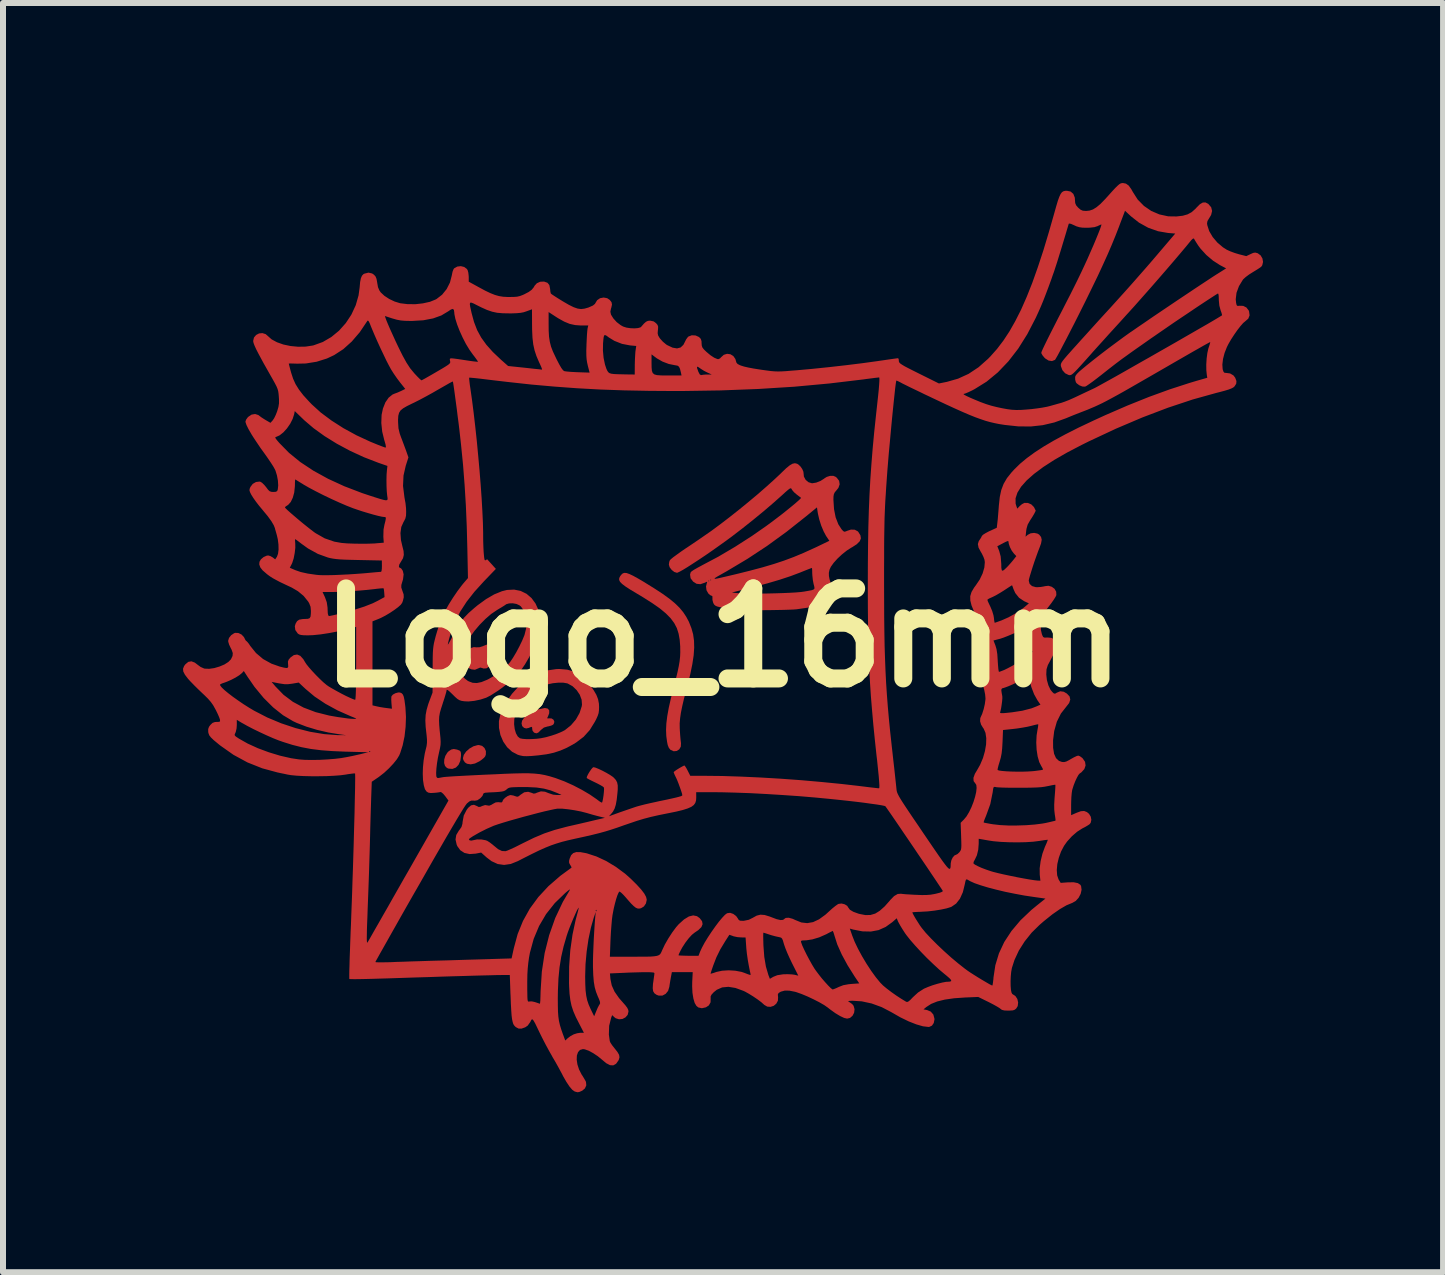
<source format=kicad_pcb>
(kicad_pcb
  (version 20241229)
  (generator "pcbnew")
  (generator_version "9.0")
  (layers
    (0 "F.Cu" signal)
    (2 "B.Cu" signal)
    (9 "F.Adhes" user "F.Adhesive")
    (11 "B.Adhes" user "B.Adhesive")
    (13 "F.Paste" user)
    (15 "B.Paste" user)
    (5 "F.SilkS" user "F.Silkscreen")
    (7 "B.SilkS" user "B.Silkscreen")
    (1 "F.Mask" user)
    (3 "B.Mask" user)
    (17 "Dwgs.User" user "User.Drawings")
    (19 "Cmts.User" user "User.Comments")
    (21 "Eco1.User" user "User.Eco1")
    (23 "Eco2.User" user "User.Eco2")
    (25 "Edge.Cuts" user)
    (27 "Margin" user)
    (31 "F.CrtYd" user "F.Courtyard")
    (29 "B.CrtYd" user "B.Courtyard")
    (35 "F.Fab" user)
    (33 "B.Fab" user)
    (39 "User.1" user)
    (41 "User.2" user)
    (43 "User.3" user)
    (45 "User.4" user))
  (footprint "Logo_16mm"
    (layer "F.Cu")
    (at 9.002 7.577)
    (property "Reference" "Logo_16mm" (at 0 0 0) (layer "F.SilkS") (effects (font (size 1.5 1.5) (thickness 0.3))))
    (attr board_only exclude_from_pos_files exclude_from_bom)
    (fp_poly (pts (xy -4.436 1.864) (xy -4.42 1.87) (xy -4.39 1.883) (xy -4.375 1.901) (xy -4.37 1.934) (xy -4.37 1.968) (xy -4.381 2.051) (xy -4.411 2.118) (xy -4.456 2.164) (xy -4.513 2.186) (xy -4.577 2.181) (xy -4.604 2.17) (xy -4.636 2.138) (xy -4.651 2.089) (xy -4.649 2.029) (xy -4.631 1.969) (xy -4.598 1.915) (xy -4.577 1.893) (xy -4.532 1.863) (xy -4.49 1.854)) (stroke (width 0) (type solid)) (fill yes) (layer "F.Cu"))
    (fp_poly (pts (xy -4.018 1.802) (xy -3.978 1.838) (xy -3.955 1.889) (xy -3.956 1.947) (xy -3.968 1.979) (xy -3.99 2.004) (xy -4.029 2.036) (xy -4.062 2.059) (xy -4.137 2.096) (xy -4.209 2.11) (xy -4.27 2.1) (xy -4.305 2.077) (xy -4.33 2.039) (xy -4.338 2.007) (xy -4.323 1.952) (xy -4.284 1.896) (xy -4.229 1.847) (xy -4.163 1.809) (xy -4.095 1.79) (xy -4.072 1.788)) (stroke (width 0) (type solid)) (fill yes) (layer "F.Cu"))
    (fp_poly (pts (xy -3.868 0.125) (xy -3.859 0.16) (xy -3.868 0.202) (xy -3.89 0.234) (xy -3.912 0.259) (xy -3.912 0.274) (xy -3.899 0.284) (xy -3.882 0.309) (xy -3.873 0.354) (xy -3.873 0.405) (xy -3.882 0.452) (xy -3.897 0.479) (xy -3.945 0.51) (xy -3.996 0.513) (xy -4.017 0.505) (xy -4.05 0.497) (xy -4.085 0.512) (xy -4.138 0.534) (xy -4.196 0.527) (xy -4.229 0.512) (xy -4.253 0.496) (xy -4.267 0.476) (xy -4.272 0.443) (xy -4.273 0.386) (xy -4.273 0.386) (xy -4.266 0.286) (xy -4.244 0.215) (xy -4.207 0.172) (xy -4.155 0.156) (xy -4.114 0.16) (xy -4.057 0.158) (xy -3.995 0.136) (xy -3.947 0.117) (xy -3.907 0.107) (xy -3.893 0.107)) (stroke (width 0) (type solid)) (fill yes) (layer "F.Cu"))
    (fp_poly (pts (xy -2.925 1.181) (xy -2.9 1.21) (xy -2.9 1.258) (xy -2.918 1.305) (xy -2.932 1.336) (xy -2.928 1.346) (xy -2.902 1.343) (xy -2.901 1.343) (xy -2.858 1.346) (xy -2.827 1.368) (xy -2.814 1.402) (xy -2.825 1.437) (xy -2.838 1.451) (xy -2.868 1.465) (xy -2.914 1.477) (xy -2.928 1.479) (xy -2.988 1.497) (xy -3.037 1.536) (xy -3.043 1.542) (xy -3.08 1.579) (xy -3.11 1.593) (xy -3.141 1.586) (xy -3.155 1.578) (xy -3.177 1.551) (xy -3.183 1.523) (xy -3.185 1.493) (xy -3.195 1.485) (xy -3.224 1.495) (xy -3.238 1.502) (xy -3.283 1.512) (xy -3.319 1.502) (xy -3.35 1.473) (xy -3.361 1.429) (xy -3.352 1.382) (xy -3.327 1.347) (xy -3.303 1.309) (xy -3.295 1.274) (xy -3.285 1.228) (xy -3.254 1.203) (xy -3.198 1.197) (xy -3.175 1.199) (xy -3.107 1.198) (xy -3.043 1.186) (xy -3.039 1.185) (xy -2.972 1.171)) (stroke (width 0) (type solid)) (fill yes) (layer "F.Cu"))
    (fp_poly (pts (xy -1.61 -1.078) (xy -1.562 -1.061) (xy -1.499 -1.031) (xy -1.416 -0.985) (xy -1.309 -0.922) (xy -1.305 -0.919) (xy -1.144 -0.819) (xy -1.008 -0.73) (xy -0.896 -0.649) (xy -0.804 -0.573) (xy -0.728 -0.499) (xy -0.667 -0.425) (xy -0.616 -0.348) (xy -0.572 -0.265) (xy -0.569 -0.257) (xy -0.53 -0.158) (xy -0.502 -0.058) (xy -0.487 0.049) (xy -0.484 0.165) (xy -0.493 0.294) (xy -0.515 0.44) (xy -0.549 0.606) (xy -0.596 0.797) (xy -0.617 0.874) (xy -0.656 1.023) (xy -0.685 1.148) (xy -0.706 1.253) (xy -0.719 1.344) (xy -0.726 1.427) (xy -0.725 1.507) (xy -0.723 1.547) (xy -0.718 1.621) (xy -0.712 1.69) (xy -0.706 1.742) (xy -0.704 1.756) (xy -0.707 1.815) (xy -0.733 1.86) (xy -0.775 1.887) (xy -0.825 1.892) (xy -0.877 1.869) (xy -0.88 1.867) (xy -0.906 1.836) (xy -0.925 1.789) (xy -0.936 1.735) (xy -0.949 1.638) (xy -0.953 1.537) (xy -0.948 1.428) (xy -0.933 1.307) (xy -0.908 1.168) (xy -0.872 1.009) (xy -0.826 0.826) (xy -0.789 0.685) (xy -0.761 0.569) (xy -0.741 0.473) (xy -0.727 0.39) (xy -0.719 0.315) (xy -0.716 0.242) (xy -0.717 0.165) (xy -0.717 0.145) (xy -0.726 0.032) (xy -0.744 -0.068) (xy -0.773 -0.16) (xy -0.817 -0.244) (xy -0.877 -0.325) (xy -0.956 -0.405) (xy -1.056 -0.488) (xy -1.179 -0.574) (xy -1.328 -0.669) (xy -1.441 -0.737) (xy -1.548 -0.801) (xy -1.628 -0.853) (xy -1.685 -0.896) (xy -1.72 -0.932) (xy -1.735 -0.964) (xy -1.733 -0.995) (xy -1.716 -1.028) (xy -1.695 -1.054) (xy -1.673 -1.073) (xy -1.646 -1.081)) (stroke (width 0) (type solid)) (fill yes) (layer "F.Cu"))
    (fp_poly (pts (xy -2.599 0.532) (xy -2.483 0.565) (xy -2.38 0.624) (xy -2.284 0.711) (xy -2.23 0.776) (xy -2.162 0.87) (xy -2.115 0.95) (xy -2.086 1.024) (xy -2.072 1.097) (xy -2.069 1.154) (xy -2.071 1.211) (xy -2.077 1.257) (xy -2.092 1.302) (xy -2.117 1.358) (xy -2.141 1.403) (xy -2.225 1.539) (xy -2.326 1.651) (xy -2.45 1.745) (xy -2.492 1.771) (xy -2.605 1.833) (xy -2.713 1.88) (xy -2.823 1.916) (xy -2.943 1.942) (xy -3.081 1.96) (xy -3.199 1.971) (xy -3.277 1.974) (xy -3.335 1.972) (xy -3.387 1.961) (xy -3.424 1.95) (xy -3.519 1.9) (xy -3.601 1.825) (xy -3.666 1.731) (xy -3.713 1.621) (xy -3.737 1.503) (xy -3.738 1.442) (xy -3.485 1.442) (xy -3.475 1.522) (xy -3.454 1.593) (xy -3.423 1.647) (xy -3.387 1.676) (xy -3.342 1.685) (xy -3.276 1.69) (xy -3.195 1.689) (xy -3.11 1.684) (xy -3.039 1.675) (xy -2.952 1.657) (xy -2.857 1.63) (xy -2.765 1.598) (xy -2.685 1.564) (xy -2.638 1.539) (xy -2.538 1.459) (xy -2.455 1.362) (xy -2.394 1.254) (xy -2.358 1.142) (xy -2.354 1.114) (xy -2.36 1.033) (xy -2.391 0.95) (xy -2.443 0.873) (xy -2.511 0.808) (xy -2.59 0.764) (xy -2.602 0.76) (xy -2.666 0.749) (xy -2.749 0.749) (xy -2.839 0.758) (xy -2.928 0.777) (xy -2.98 0.793) (xy -3.083 0.845) (xy -3.187 0.919) (xy -3.284 1.008) (xy -3.368 1.106) (xy -3.433 1.207) (xy -3.466 1.281) (xy -3.482 1.359) (xy -3.485 1.442) (xy -3.738 1.442) (xy -3.738 1.389) (xy -3.713 1.275) (xy -3.66 1.151) (xy -3.58 1.018) (xy -3.52 0.934) (xy -3.396 0.797) (xy -3.258 0.686) (xy -3.109 0.602) (xy -2.949 0.547) (xy -2.783 0.523) (xy -2.734 0.521)) (stroke (width 0) (type solid)) (fill yes) (layer "F.Cu"))
    (fp_poly (pts (xy 1.231 -2.899) (xy 1.25 -2.888) (xy 1.285 -2.856) (xy 1.316 -2.812) (xy 1.335 -2.768) (xy 1.338 -2.746) (xy 1.344 -2.685) (xy 1.374 -2.63) (xy 1.421 -2.591) (xy 1.478 -2.574) (xy 1.483 -2.574) (xy 1.55 -2.585) (xy 1.621 -2.613) (xy 1.681 -2.651) (xy 1.686 -2.656) (xy 1.725 -2.68) (xy 1.776 -2.696) (xy 1.783 -2.697) (xy 1.833 -2.698) (xy 1.872 -2.682) (xy 1.892 -2.666) (xy 1.931 -2.615) (xy 1.94 -2.557) (xy 1.919 -2.497) (xy 1.887 -2.457) (xy 1.859 -2.424) (xy 1.844 -2.394) (xy 1.837 -2.355) (xy 1.836 -2.3) (xy 1.846 -2.143) (xy 1.873 -2.006) (xy 1.918 -1.89) (xy 1.971 -1.808) (xy 2 -1.776) (xy 2.021 -1.766) (xy 2.046 -1.773) (xy 2.061 -1.78) (xy 2.128 -1.802) (xy 2.191 -1.8) (xy 2.24 -1.774) (xy 2.251 -1.763) (xy 2.286 -1.706) (xy 2.294 -1.655) (xy 2.274 -1.607) (xy 2.225 -1.558) (xy 2.146 -1.507) (xy 2.137 -1.503) (xy 2.058 -1.452) (xy 1.979 -1.389) (xy 1.904 -1.319) (xy 1.84 -1.248) (xy 1.793 -1.182) (xy 1.771 -1.134) (xy 1.76 -1.082) (xy 1.761 -1.03) (xy 1.771 -0.978) (xy 1.785 -0.927) (xy 1.802 -0.896) (xy 1.811 -0.89) (xy 1.847 -0.877) (xy 1.885 -0.845) (xy 1.915 -0.803) (xy 1.924 -0.779) (xy 1.926 -0.721) (xy 1.904 -0.674) (xy 1.854 -0.634) (xy 1.775 -0.597) (xy 1.768 -0.595) (xy 1.59 -0.541) (xy 1.395 -0.499) (xy 1.223 -0.474) (xy 1.172 -0.47) (xy 1.096 -0.467) (xy 1.001 -0.464) (xy 0.893 -0.462) (xy 0.776 -0.46) (xy 0.657 -0.459) (xy 0.541 -0.459) (xy 0.432 -0.46) (xy 0.338 -0.461) (xy 0.263 -0.463) (xy 0.212 -0.466) (xy 0.2 -0.467) (xy 0.088 -0.484) (xy 0.003 -0.498) (xy -0.059 -0.51) (xy -0.102 -0.521) (xy -0.13 -0.534) (xy -0.149 -0.55) (xy -0.161 -0.569) (xy -0.169 -0.587) (xy -0.18 -0.631) (xy -0.18 -0.665) (xy -0.181 -0.692) (xy -0.191 -0.698) (xy -0.215 -0.708) (xy -0.246 -0.735) (xy -0.249 -0.738) (xy -0.258 -0.754) (xy 0.145 -0.754) (xy 0.233 -0.743) (xy 0.294 -0.739) (xy 0.38 -0.736) (xy 0.487 -0.735) (xy 0.607 -0.735) (xy 0.735 -0.737) (xy 0.866 -0.74) (xy 0.993 -0.744) (xy 1.111 -0.749) (xy 1.214 -0.755) (xy 1.296 -0.762) (xy 1.347 -0.769) (xy 1.426 -0.783) (xy 1.478 -0.793) (xy 1.508 -0.805) (xy 1.52 -0.82) (xy 1.519 -0.843) (xy 1.511 -0.877) (xy 1.506 -0.893) (xy 1.493 -0.961) (xy 1.485 -1.038) (xy 1.483 -1.07) (xy 1.482 -1.12) (xy 1.48 -1.153) (xy 1.477 -1.163) (xy 1.46 -1.157) (xy 1.42 -1.142) (xy 1.362 -1.119) (xy 1.292 -1.091) (xy 1.288 -1.089) (xy 1.124 -1.027) (xy 0.939 -0.966) (xy 0.732 -0.905) (xy 0.497 -0.842) (xy 0.425 -0.824) (xy 0.145 -0.754) (xy -0.258 -0.754) (xy -0.279 -0.791) (xy -0.287 -0.855) (xy -0.273 -0.912) (xy -0.267 -0.93) (xy -0.275 -0.932) (xy -0.305 -0.918) (xy -0.31 -0.916) (xy -0.381 -0.892) (xy -0.445 -0.899) (xy -0.503 -0.936) (xy -0.51 -0.946) (xy -0.249 -0.946) (xy -0.241 -0.938) (xy -0.233 -0.946) (xy -0.241 -0.954) (xy -0.249 -0.946) (xy -0.51 -0.946) (xy -0.522 -0.962) (xy -0.216 -0.962) (xy -0.208 -0.954) (xy -0.2 -0.962) (xy -0.208 -0.97) (xy -0.216 -0.962) (xy -0.522 -0.962) (xy -0.539 -0.984) (xy -0.146 -0.984) (xy -0.131 -0.982) (xy -0.094 -0.988) (xy -0.031 -1.002) (xy 0.059 -1.023) (xy 0.178 -1.051) (xy 0.216 -1.06) (xy 0.449 -1.118) (xy 0.655 -1.173) (xy 0.841 -1.228) (xy 1.013 -1.285) (xy 1.176 -1.346) (xy 1.337 -1.413) (xy 1.5 -1.487) (xy 1.548 -1.509) (xy 1.768 -1.615) (xy 1.713 -1.697) (xy 1.673 -1.772) (xy 1.633 -1.867) (xy 1.6 -1.971) (xy 1.577 -2.071) (xy 1.573 -2.096) (xy 1.562 -2.172) (xy 1.379 -2.022) (xy 1.053 -1.764) (xy 0.731 -1.53) (xy 0.403 -1.314) (xy 0.061 -1.11) (xy -0.008 -1.071) (xy -0.068 -1.037) (xy -0.112 -1.012) (xy -0.139 -0.994) (xy -0.146 -0.984) (xy -0.539 -0.984) (xy -0.544 -0.991) (xy -0.553 -1.051) (xy -0.543 -1.09) (xy -0.526 -1.107) (xy -0.485 -1.134) (xy -0.427 -1.167) (xy -0.358 -1.204) (xy -0.355 -1.206) (xy -0.085 -1.349) (xy 0.195 -1.514) (xy 0.474 -1.693) (xy 0.714 -1.86) (xy 0.801 -1.924) (xy 0.891 -1.992) (xy 0.98 -2.06) (xy 1.064 -2.127) (xy 1.14 -2.189) (xy 1.205 -2.243) (xy 1.255 -2.287) (xy 1.287 -2.317) (xy 1.296 -2.332) (xy 1.296 -2.332) (xy 1.276 -2.347) (xy 1.24 -2.374) (xy 1.222 -2.388) (xy 1.181 -2.423) (xy 1.15 -2.459) (xy 1.143 -2.471) (xy 1.135 -2.485) (xy 1.125 -2.491) (xy 1.108 -2.485) (xy 1.081 -2.465) (xy 1.039 -2.429) (xy 0.98 -2.375) (xy 0.837 -2.248) (xy 0.676 -2.11) (xy 0.503 -1.968) (xy 0.326 -1.827) (xy 0.154 -1.695) (xy 0.153 -1.694) (xy 0.046 -1.615) (xy -0.066 -1.535) (xy -0.18 -1.454) (xy -0.293 -1.376) (xy -0.402 -1.303) (xy -0.503 -1.237) (xy -0.593 -1.179) (xy -0.668 -1.133) (xy -0.726 -1.101) (xy -0.763 -1.084) (xy -0.772 -1.082) (xy -0.816 -1.096) (xy -0.859 -1.13) (xy -0.893 -1.174) (xy -0.906 -1.218) (xy -0.906 -1.219) (xy -0.9 -1.264) (xy -0.889 -1.292) (xy -0.871 -1.31) (xy -0.831 -1.343) (xy -0.772 -1.386) (xy -0.7 -1.438) (xy -0.618 -1.494) (xy -0.605 -1.502) (xy -0.51 -1.566) (xy -0.414 -1.631) (xy -0.323 -1.694) (xy -0.245 -1.748) (xy -0.192 -1.785) (xy -0.049 -1.891) (xy 0.104 -2.008) (xy 0.262 -2.133) (xy 0.42 -2.262) (xy 0.573 -2.39) (xy 0.715 -2.514) (xy 0.843 -2.629) (xy 0.951 -2.73) (xy 0.975 -2.754) (xy 1.049 -2.825) (xy 1.108 -2.873) (xy 1.155 -2.9) (xy 1.195 -2.908)) (stroke (width 0) (type solid)) (fill yes) (layer "F.Cu"))
    (fp_poly (pts (xy 6.711 -7.567) (xy 6.757 -7.534) (xy 6.8 -7.474) (xy 6.825 -7.429) (xy 6.906 -7.302) (xy 7.01 -7.196) (xy 7.132 -7.112) (xy 7.268 -7.054) (xy 7.415 -7.022) (xy 7.552 -7.02) (xy 7.657 -7.032) (xy 7.738 -7.055) (xy 7.806 -7.092) (xy 7.868 -7.147) (xy 7.886 -7.167) (xy 7.943 -7.224) (xy 7.991 -7.252) (xy 8.035 -7.254) (xy 8.08 -7.231) (xy 8.084 -7.228) (xy 8.131 -7.173) (xy 8.146 -7.112) (xy 8.13 -7.045) (xy 8.095 -6.987) (xy 8.069 -6.944) (xy 8.062 -6.905) (xy 8.066 -6.875) (xy 8.098 -6.776) (xy 8.156 -6.677) (xy 8.234 -6.585) (xy 8.327 -6.506) (xy 8.39 -6.466) (xy 8.449 -6.439) (xy 8.522 -6.412) (xy 8.594 -6.39) (xy 8.716 -6.359) (xy 8.787 -6.393) (xy 8.832 -6.413) (xy 8.865 -6.418) (xy 8.897 -6.41) (xy 8.908 -6.406) (xy 8.955 -6.371) (xy 8.985 -6.32) (xy 8.995 -6.262) (xy 8.982 -6.207) (xy 8.969 -6.187) (xy 8.949 -6.17) (xy 8.908 -6.143) (xy 8.853 -6.109) (xy 8.825 -6.092) (xy 8.763 -6.053) (xy 8.708 -6.012) (xy 8.669 -5.977) (xy 8.66 -5.967) (xy 8.594 -5.859) (xy 8.553 -5.748) (xy 8.54 -5.64) (xy 8.546 -5.58) (xy 8.555 -5.542) (xy 8.57 -5.529) (xy 8.599 -5.531) (xy 8.603 -5.532) (xy 8.664 -5.53) (xy 8.718 -5.503) (xy 8.756 -5.454) (xy 8.762 -5.439) (xy 8.771 -5.372) (xy 8.749 -5.317) (xy 8.698 -5.273) (xy 8.664 -5.244) (xy 8.619 -5.193) (xy 8.567 -5.126) (xy 8.514 -5.05) (xy 8.462 -4.97) (xy 8.418 -4.894) (xy 8.393 -4.844) (xy 8.354 -4.745) (xy 8.328 -4.645) (xy 8.317 -4.552) (xy 8.322 -4.476) (xy 8.323 -4.471) (xy 8.337 -4.431) (xy 8.355 -4.414) (xy 8.379 -4.413) (xy 8.446 -4.404) (xy 8.502 -4.371) (xy 8.531 -4.333) (xy 8.552 -4.277) (xy 8.548 -4.232) (xy 8.52 -4.189) (xy 8.519 -4.187) (xy 8.499 -4.17) (xy 8.468 -4.154) (xy 8.422 -4.136) (xy 8.356 -4.116) (xy 8.266 -4.092) (xy 8.218 -4.08) (xy 7.823 -3.97) (xy 7.411 -3.833) (xy 6.985 -3.671) (xy 6.545 -3.484) (xy 6.094 -3.273) (xy 5.973 -3.213) (xy 5.73 -3.086) (xy 5.516 -2.963) (xy 5.332 -2.844) (xy 5.179 -2.73) (xy 5.056 -2.621) (xy 4.963 -2.516) (xy 4.902 -2.417) (xy 4.871 -2.323) (xy 4.872 -2.235) (xy 4.884 -2.195) (xy 4.9 -2.151) (xy 4.94 -2.194) (xy 4.978 -2.226) (xy 5.017 -2.246) (xy 5.02 -2.247) (xy 5.077 -2.246) (xy 5.133 -2.222) (xy 5.175 -2.18) (xy 5.181 -2.171) (xy 5.197 -2.138) (xy 5.206 -2.121) (xy 5.207 -2.121) (xy 5.201 -2.103) (xy 5.181 -2.064) (xy 5.15 -2.012) (xy 5.113 -1.955) (xy 5.073 -1.885) (xy 5.053 -1.815) (xy 5.048 -1.778) (xy 5.038 -1.684) (xy 5.074 -1.715) (xy 5.122 -1.74) (xy 5.181 -1.747) (xy 5.237 -1.735) (xy 5.265 -1.718) (xy 5.296 -1.679) (xy 5.307 -1.632) (xy 5.296 -1.571) (xy 5.275 -1.512) (xy 5.247 -1.44) (xy 5.217 -1.357) (xy 5.185 -1.267) (xy 5.156 -1.179) (xy 5.13 -1.096) (xy 5.109 -1.027) (xy 5.095 -0.976) (xy 5.091 -0.951) (xy 5.105 -0.898) (xy 5.145 -0.861) (xy 5.207 -0.843) (xy 5.234 -0.842) (xy 5.292 -0.846) (xy 5.345 -0.855) (xy 5.36 -0.859) (xy 5.419 -0.866) (xy 5.475 -0.849) (xy 5.521 -0.815) (xy 5.548 -0.767) (xy 5.551 -0.713) (xy 5.55 -0.708) (xy 5.536 -0.679) (xy 5.507 -0.633) (xy 5.467 -0.576) (xy 5.437 -0.537) (xy 5.387 -0.471) (xy 5.353 -0.419) (xy 5.33 -0.371) (xy 5.314 -0.317) (xy 5.308 -0.293) (xy 5.293 -0.205) (xy 5.293 -0.132) (xy 5.309 -0.062) (xy 5.318 -0.038) (xy 5.331 -0.012) (xy 5.352 -0.002) (xy 5.392 -0.003) (xy 5.401 -0.004) (xy 5.469 0.002) (xy 5.524 0.032) (xy 5.558 0.082) (xy 5.563 0.097) (xy 5.566 0.114) (xy 5.565 0.133) (xy 5.558 0.158) (xy 5.544 0.193) (xy 5.521 0.242) (xy 5.486 0.31) (xy 5.44 0.399) (xy 5.409 0.456) (xy 5.387 0.526) (xy 5.383 0.612) (xy 5.393 0.704) (xy 5.418 0.793) (xy 5.454 0.868) (xy 5.483 0.904) (xy 5.51 0.929) (xy 5.531 0.932) (xy 5.558 0.916) (xy 5.558 0.916) (xy 5.615 0.892) (xy 5.674 0.9) (xy 5.727 0.931) (xy 5.771 0.978) (xy 5.783 1.03) (xy 5.764 1.088) (xy 5.718 1.147) (xy 5.627 1.263) (xy 5.559 1.4) (xy 5.515 1.555) (xy 5.496 1.709) (xy 5.497 1.835) (xy 5.513 1.934) (xy 5.545 2.006) (xy 5.594 2.052) (xy 5.644 2.07) (xy 5.68 2.072) (xy 5.716 2.063) (xy 5.764 2.039) (xy 5.792 2.022) (xy 5.844 1.993) (xy 5.888 1.972) (xy 5.915 1.964) (xy 5.944 1.975) (xy 5.981 2.002) (xy 5.99 2.011) (xy 6.029 2.068) (xy 6.038 2.129) (xy 6.017 2.189) (xy 5.968 2.243) (xy 5.94 2.262) (xy 5.919 2.286) (xy 5.893 2.333) (xy 5.865 2.393) (xy 5.839 2.46) (xy 5.819 2.523) (xy 5.814 2.542) (xy 5.807 2.589) (xy 5.801 2.657) (xy 5.798 2.736) (xy 5.797 2.785) (xy 5.797 2.957) (xy 5.888 2.917) (xy 5.959 2.891) (xy 6.013 2.887) (xy 6.06 2.905) (xy 6.095 2.934) (xy 6.124 2.981) (xy 6.134 3.034) (xy 6.123 3.084) (xy 6.105 3.107) (xy 6.077 3.126) (xy 6.03 3.154) (xy 5.981 3.179) (xy 5.897 3.233) (xy 5.81 3.308) (xy 5.73 3.396) (xy 5.679 3.468) (xy 5.629 3.563) (xy 5.592 3.666) (xy 5.567 3.771) (xy 5.558 3.87) (xy 5.564 3.958) (xy 5.587 4.026) (xy 5.59 4.031) (xy 5.623 4.085) (xy 5.745 4.076) (xy 5.84 4.075) (xy 5.909 4.089) (xy 5.951 4.117) (xy 5.963 4.138) (xy 5.971 4.2) (xy 5.956 4.268) (xy 5.922 4.333) (xy 5.874 4.386) (xy 5.818 4.418) (xy 5.721 4.458) (xy 5.61 4.522) (xy 5.485 4.609) (xy 5.344 4.722) (xy 5.27 4.786) (xy 5.139 4.915) (xy 5.023 5.06) (xy 4.926 5.213) (xy 4.853 5.37) (xy 4.81 5.503) (xy 4.798 5.57) (xy 4.791 5.646) (xy 4.788 5.726) (xy 4.789 5.801) (xy 4.794 5.867) (xy 4.804 5.914) (xy 4.817 5.938) (xy 4.819 5.938) (xy 4.868 5.97) (xy 4.901 6.02) (xy 4.914 6.079) (xy 4.907 6.138) (xy 4.882 6.179) (xy 4.857 6.199) (xy 4.825 6.21) (xy 4.773 6.213) (xy 4.748 6.214) (xy 4.683 6.211) (xy 4.643 6.201) (xy 4.624 6.187) (xy 4.602 6.17) (xy 4.557 6.143) (xy 4.496 6.109) (xy 4.426 6.073) (xy 4.249 5.986) (xy 4.03 5.995) (xy 3.847 6.008) (xy 3.693 6.03) (xy 3.566 6.061) (xy 3.464 6.102) (xy 3.384 6.154) (xy 3.337 6.193) (xy 3.396 6.204) (xy 3.458 6.23) (xy 3.501 6.279) (xy 3.519 6.347) (xy 3.52 6.36) (xy 3.508 6.42) (xy 3.478 6.464) (xy 3.433 6.485) (xy 3.42 6.486) (xy 3.328 6.475) (xy 3.217 6.443) (xy 3.09 6.393) (xy 2.952 6.326) (xy 2.807 6.243) (xy 2.804 6.241) (xy 2.641 6.156) (xy 2.474 6.095) (xy 2.308 6.059) (xy 2.149 6.049) (xy 2.101 6.052) (xy 2.082 6.056) (xy 2.089 6.065) (xy 2.112 6.078) (xy 2.149 6.105) (xy 2.172 6.133) (xy 2.188 6.19) (xy 2.181 6.249) (xy 2.154 6.3) (xy 2.112 6.336) (xy 2.064 6.347) (xy 2.015 6.336) (xy 1.949 6.305) (xy 1.869 6.257) (xy 1.781 6.194) (xy 1.743 6.164) (xy 1.683 6.122) (xy 1.6 6.074) (xy 1.504 6.025) (xy 1.404 5.978) (xy 1.306 5.937) (xy 1.221 5.907) (xy 1.197 5.9) (xy 1.101 5.881) (xy 1.025 5.88) (xy 0.963 5.897) (xy 0.952 5.902) (xy 0.921 5.922) (xy 0.91 5.945) (xy 0.913 5.984) (xy 0.914 5.988) (xy 0.911 6.048) (xy 0.884 6.098) (xy 0.841 6.134) (xy 0.788 6.151) (xy 0.733 6.147) (xy 0.683 6.118) (xy 0.677 6.112) (xy 0.636 6.075) (xy 0.575 6.029) (xy 0.503 5.98) (xy 0.429 5.934) (xy 0.363 5.897) (xy 0.335 5.884) (xy 0.203 5.836) (xy 0.086 5.817) (xy -0.018 5.827) (xy -0.107 5.866) (xy -0.157 5.906) (xy -0.194 5.946) (xy -0.21 5.976) (xy -0.21 6.008) (xy -0.21 6.009) (xy -0.211 6.075) (xy -0.24 6.127) (xy -0.289 6.159) (xy -0.356 6.174) (xy -0.415 6.161) (xy -0.447 6.135) (xy -0.476 6.086) (xy -0.498 6.011) (xy -0.513 5.917) (xy -0.518 5.811) (xy -0.517 5.737) (xy -0.51 5.599) (xy -0.211 5.599) (xy -0.196 5.596) (xy -0.158 5.585) (xy -0.112 5.569) (xy -0.019 5.549) (xy 0.09 5.542) (xy 0.203 5.549) (xy 0.307 5.569) (xy 0.353 5.585) (xy 0.41 5.607) (xy 0.443 5.618) (xy 0.456 5.618) (xy 0.457 5.616) (xy 0.454 5.6) (xy 0.445 5.559) (xy 0.433 5.501) (xy 0.425 5.46) (xy 0.409 5.369) (xy 0.394 5.265) (xy 0.384 5.169) (xy 0.383 5.151) (xy 0.372 4.995) (xy 0.298 4.994) (xy 0.236 4.989) (xy 0.175 4.976) (xy 0.163 4.972) (xy 0.162 4.971) (xy 0.666 4.971) (xy 0.667 5.033) (xy 0.669 5.109) (xy 0.67 5.135) (xy 0.684 5.32) (xy 0.711 5.48) (xy 0.753 5.623) (xy 0.76 5.64) (xy 0.777 5.684) (xy 0.835 5.65) (xy 0.9 5.624) (xy 0.988 5.61) (xy 1.008 5.608) (xy 1.076 5.607) (xy 1.142 5.61) (xy 1.187 5.616) (xy 1.251 5.631) (xy 1.145 5.421) (xy 1.104 5.335) (xy 1.066 5.25) (xy 1.035 5.173) (xy 1.014 5.113) (xy 1.011 5.103) (xy 1.001 5.069) (xy 1.296 5.069) (xy 1.299 5.079) (xy 1.317 5.129) (xy 1.349 5.199) (xy 1.389 5.28) (xy 1.434 5.365) (xy 1.479 5.446) (xy 1.521 5.515) (xy 1.544 5.548) (xy 1.592 5.612) (xy 1.644 5.678) (xy 1.698 5.74) (xy 1.747 5.794) (xy 1.788 5.835) (xy 1.816 5.858) (xy 1.824 5.861) (xy 1.847 5.854) (xy 1.888 5.837) (xy 1.926 5.819) (xy 2.001 5.79) (xy 2.089 5.774) (xy 2.139 5.769) (xy 2.267 5.76) (xy 2.19 5.646) (xy 2.072 5.458) (xy 1.975 5.279) (xy 1.9 5.111) (xy 1.851 4.957) (xy 1.851 4.956) (xy 1.838 4.914) (xy 1.827 4.889) (xy 1.822 4.886) (xy 1.804 4.896) (xy 1.765 4.915) (xy 1.715 4.942) (xy 1.712 4.943) (xy 1.599 4.993) (xy 1.484 5.027) (xy 1.379 5.043) (xy 1.359 5.043) (xy 1.316 5.045) (xy 1.297 5.052) (xy 1.296 5.069) (xy 1.001 5.069) (xy 0.995 5.047) (xy 0.981 5.015) (xy 0.964 4.998) (xy 0.936 4.99) (xy 0.917 4.986) (xy 0.863 4.974) (xy 0.798 4.956) (xy 0.764 4.945) (xy 0.716 4.929) (xy 0.681 4.918) (xy 0.669 4.915) (xy 0.667 4.93) (xy 0.666 4.971) (xy 0.162 4.971) (xy 0.102 4.95) (xy 0.033 5.057) (xy -0.049 5.193) (xy -0.114 5.325) (xy -0.169 5.467) (xy -0.169 5.468) (xy -0.189 5.526) (xy -0.204 5.572) (xy -0.211 5.597) (xy -0.211 5.599) (xy -0.51 5.599) (xy -0.509 5.572) (xy -0.682 5.572) (xy -0.856 5.572) (xy -0.872 5.656) (xy -0.884 5.723) (xy -0.895 5.793) (xy -0.898 5.816) (xy -0.919 5.885) (xy -0.96 5.935) (xy -1.013 5.963) (xy -1.074 5.964) (xy -1.112 5.95) (xy -1.147 5.925) (xy -1.168 5.891) (xy -1.175 5.841) (xy -1.171 5.77) (xy -1.164 5.723) (xy -1.156 5.664) (xy -1.149 5.616) (xy -1.147 5.589) (xy -1.147 5.588) (xy -1.157 5.58) (xy -1.189 5.576) (xy -1.244 5.573) (xy -1.326 5.573) (xy -1.434 5.576) (xy -1.573 5.58) (xy -1.634 5.583) (xy -1.888 5.594) (xy -1.88 5.688) (xy -1.858 5.794) (xy -1.811 5.898) (xy -1.737 6.004) (xy -1.683 6.066) (xy -1.631 6.125) (xy -1.599 6.168) (xy -1.583 6.202) (xy -1.579 6.229) (xy -1.593 6.285) (xy -1.63 6.327) (xy -1.68 6.353) (xy -1.737 6.358) (xy -1.792 6.341) (xy -1.814 6.324) (xy -1.851 6.289) (xy -1.867 6.33) (xy -1.901 6.466) (xy -1.906 6.612) (xy -1.891 6.721) (xy -1.878 6.751) (xy -1.849 6.794) (xy -1.811 6.842) (xy -1.763 6.903) (xy -1.736 6.95) (xy -1.729 6.991) (xy -1.74 7.031) (xy -1.747 7.045) (xy -1.786 7.1) (xy -1.832 7.126) (xy -1.886 7.123) (xy -1.95 7.09) (xy -2.017 7.034) (xy -2.09 6.974) (xy -2.168 6.922) (xy -2.242 6.882) (xy -2.307 6.859) (xy -2.339 6.855) (xy -2.387 6.869) (xy -2.42 6.906) (xy -2.439 6.962) (xy -2.442 7.031) (xy -2.43 7.111) (xy -2.403 7.194) (xy -2.361 7.277) (xy -2.346 7.299) (xy -2.317 7.347) (xy -2.293 7.389) (xy -2.287 7.403) (xy -2.282 7.459) (xy -2.305 7.51) (xy -2.351 7.549) (xy -2.357 7.551) (xy -2.398 7.569) (xy -2.427 7.574) (xy -2.46 7.566) (xy -2.48 7.559) (xy -2.517 7.532) (xy -2.562 7.479) (xy -2.613 7.403) (xy -2.668 7.307) (xy -2.686 7.271) (xy -2.715 7.217) (xy -2.754 7.145) (xy -2.8 7.063) (xy -2.848 6.982) (xy -2.851 6.975) (xy -2.905 6.88) (xy -2.964 6.771) (xy -3.02 6.662) (xy -3.059 6.583) (xy -3.103 6.491) (xy -3.135 6.425) (xy -3.159 6.383) (xy -3.175 6.362) (xy -3.188 6.359) (xy -3.199 6.37) (xy -3.211 6.394) (xy -3.215 6.403) (xy -3.259 6.464) (xy -3.3 6.492) (xy -3.362 6.514) (xy -3.41 6.513) (xy -3.456 6.489) (xy -3.465 6.481) (xy -3.483 6.462) (xy -3.498 6.438) (xy -3.509 6.404) (xy -3.519 6.357) (xy -3.527 6.293) (xy -3.533 6.209) (xy -3.539 6.1) (xy -3.544 5.965) (xy -3.546 5.929) (xy -3.553 5.726) (xy -3.266 5.726) (xy -3.266 5.865) (xy -3.265 5.905) (xy -3.264 5.979) (xy -3.262 6.026) (xy -3.257 6.052) (xy -3.249 6.063) (xy -3.236 6.063) (xy -3.227 6.061) (xy -3.189 6.06) (xy -3.139 6.071) (xy -3.127 6.075) (xy -3.085 6.089) (xy -3.059 6.098) (xy -3.055 6.099) (xy -3.052 6.085) (xy -3.048 6.044) (xy -3.047 6.005) (xy -2.757 6.005) (xy -2.756 6.13) (xy -2.754 6.229) (xy -2.748 6.311) (xy -2.738 6.384) (xy -2.722 6.453) (xy -2.7 6.526) (xy -2.67 6.612) (xy -2.667 6.619) (xy -2.633 6.712) (xy -2.591 6.673) (xy -2.548 6.64) (xy -2.495 6.611) (xy -2.488 6.608) (xy -2.434 6.591) (xy -2.381 6.583) (xy -2.374 6.583) (xy -2.322 6.583) (xy -2.399 6.434) (xy -2.456 6.322) (xy -2.498 6.225) (xy -2.528 6.134) (xy -2.548 6.04) (xy -2.561 5.935) (xy -2.568 5.811) (xy -2.57 5.753) (xy -2.569 5.641) (xy -2.301 5.641) (xy -2.299 5.772) (xy -2.294 5.878) (xy -2.283 5.966) (xy -2.267 6.041) (xy -2.243 6.112) (xy -2.211 6.185) (xy -2.151 6.308) (xy -2.115 6.22) (xy -2.093 6.168) (xy -2.071 6.126) (xy -2.06 6.109) (xy -2.052 6.091) (xy -2.055 6.064) (xy -2.071 6.02) (xy -2.091 5.975) (xy -2.12 5.901) (xy -2.142 5.823) (xy -2.157 5.732) (xy -2.166 5.623) (xy -2.171 5.489) (xy -2.171 5.468) (xy -2.171 5.382) (xy -2.168 5.272) (xy -2.163 5.145) (xy -2.157 5.012) (xy -2.149 4.878) (xy -2.141 4.753) (xy -2.134 4.666) (xy -2.125 4.57) (xy -2.158 4.666) (xy -2.206 4.834) (xy -2.246 5.025) (xy -2.276 5.229) (xy -2.295 5.438) (xy -2.301 5.641) (xy -2.569 5.641) (xy -2.568 5.479) (xy -2.549 5.208) (xy -2.512 4.947) (xy -2.46 4.704) (xy -2.44 4.629) (xy -2.424 4.57) (xy -2.418 4.546) (xy -2.125 4.546) (xy -2.119 4.559) (xy -2.114 4.557) (xy -2.112 4.538) (xy -2.114 4.535) (xy -2.124 4.538) (xy -2.125 4.546) (xy -2.418 4.546) (xy -2.413 4.525) (xy -2.408 4.5) (xy -2.409 4.498) (xy -2.42 4.512) (xy -2.441 4.55) (xy -2.467 4.608) (xy -2.498 4.678) (xy -2.53 4.755) (xy -2.562 4.835) (xy -2.59 4.91) (xy -2.61 4.971) (xy -2.661 5.146) (xy -2.7 5.317) (xy -2.728 5.492) (xy -2.746 5.677) (xy -2.755 5.882) (xy -2.757 6.005) (xy -3.047 6.005) (xy -3.046 5.983) (xy -3.044 5.907) (xy -3.043 5.881) (xy -3.023 5.564) (xy -2.976 5.255) (xy -2.901 4.957) (xy -2.8 4.671) (xy -2.673 4.402) (xy -2.563 4.215) (xy -2.554 4.197) (xy -2.562 4.197) (xy -2.589 4.217) (xy -2.633 4.254) (xy -2.807 4.422) (xy -2.952 4.605) (xy -3.069 4.804) (xy -3.159 5.019) (xy -3.222 5.251) (xy -3.237 5.333) (xy -3.249 5.421) (xy -3.258 5.511) (xy -3.264 5.61) (xy -3.266 5.726) (xy -3.553 5.726) (xy -3.557 5.62) (xy -3.665 5.62) (xy -3.714 5.621) (xy -3.792 5.622) (xy -3.896 5.625) (xy -4.024 5.628) (xy -4.172 5.632) (xy -4.338 5.637) (xy -4.519 5.642) (xy -4.712 5.648) (xy -4.914 5.655) (xy -5.121 5.661) (xy -5.332 5.668) (xy -5.544 5.675) (xy -5.572 5.676) (xy -5.713 5.68) (xy -5.845 5.684) (xy -5.962 5.687) (xy -6.063 5.689) (xy -6.143 5.69) (xy -6.199 5.689) (xy -6.228 5.688) (xy -6.231 5.687) (xy -6.232 5.67) (xy -6.232 5.623) (xy -6.231 5.55) (xy -6.228 5.454) (xy -6.227 5.404) (xy -5.797 5.404) (xy -5.782 5.408) (xy -5.74 5.409) (xy -5.676 5.409) (xy -5.596 5.408) (xy -5.528 5.406) (xy -5.443 5.402) (xy -5.332 5.399) (xy -5.203 5.394) (xy -5.062 5.39) (xy -4.915 5.385) (xy -4.771 5.381) (xy -4.73 5.38) (xy -4.583 5.376) (xy -4.427 5.371) (xy -4.272 5.366) (xy -4.124 5.362) (xy -3.991 5.358) (xy -3.882 5.355) (xy -3.864 5.354) (xy -3.527 5.344) (xy -3.49 5.174) (xy -3.426 4.938) (xy -3.337 4.719) (xy -3.223 4.514) (xy -3.082 4.322) (xy -2.913 4.14) (xy -2.715 3.968) (xy -2.528 3.831) (xy -2.532 3.817) (xy -2.549 3.787) (xy -2.551 3.785) (xy -2.568 3.752) (xy -2.569 3.718) (xy -2.559 3.68) (xy -2.535 3.624) (xy -2.5 3.589) (xy -2.449 3.572) (xy -2.379 3.573) (xy -2.285 3.59) (xy -2.27 3.594) (xy -2.113 3.645) (xy -1.95 3.721) (xy -1.788 3.819) (xy -1.634 3.933) (xy -1.541 4.016) (xy -1.442 4.114) (xy -1.368 4.195) (xy -1.316 4.263) (xy -1.286 4.318) (xy -1.275 4.364) (xy -1.275 4.368) (xy -1.288 4.428) (xy -1.322 4.478) (xy -1.371 4.508) (xy -1.404 4.514) (xy -1.431 4.511) (xy -1.459 4.498) (xy -1.492 4.472) (xy -1.534 4.431) (xy -1.589 4.369) (xy -1.62 4.333) (xy -1.663 4.285) (xy -1.699 4.25) (xy -1.724 4.231) (xy -1.73 4.23) (xy -1.745 4.249) (xy -1.764 4.293) (xy -1.785 4.357) (xy -1.806 4.434) (xy -1.826 4.519) (xy -1.842 4.604) (xy -1.846 4.626) (xy -1.855 4.697) (xy -1.863 4.79) (xy -1.871 4.895) (xy -1.877 5.002) (xy -1.879 5.047) (xy -1.889 5.316) (xy -1.53 5.316) (xy -1.395 5.315) (xy -1.289 5.315) (xy -1.208 5.313) (xy -1.147 5.308) (xy -1.104 5.301) (xy -1.074 5.29) (xy -1.053 5.275) (xy -1.039 5.254) (xy -1.026 5.227) (xy -1.019 5.21) (xy -0.974 5.114) (xy -0.915 5.011) (xy -0.85 4.911) (xy -0.785 4.823) (xy -0.741 4.773) (xy -0.653 4.694) (xy -0.573 4.645) (xy -0.501 4.627) (xy -0.438 4.64) (xy -0.392 4.673) (xy -0.353 4.724) (xy -0.344 4.773) (xy -0.364 4.822) (xy -0.415 4.872) (xy -0.477 4.914) (xy -0.523 4.951) (xy -0.576 5.009) (xy -0.631 5.081) (xy -0.682 5.16) (xy -0.712 5.215) (xy -0.732 5.256) (xy -0.744 5.285) (xy -0.746 5.291) (xy -0.731 5.295) (xy -0.69 5.297) (xy -0.631 5.299) (xy -0.579 5.3) (xy -0.412 5.3) (xy -0.386 5.232) (xy -0.354 5.163) (xy -0.31 5.081) (xy -0.256 4.993) (xy -0.196 4.902) (xy -0.157 4.847) (xy 2.109 4.847) (xy 2.149 4.963) (xy 2.19 5.067) (xy 2.246 5.184) (xy 2.314 5.309) (xy 2.388 5.433) (xy 2.466 5.552) (xy 2.543 5.658) (xy 2.615 5.746) (xy 2.663 5.795) (xy 2.722 5.844) (xy 2.798 5.902) (xy 2.883 5.962) (xy 2.967 6.017) (xy 3.04 6.061) (xy 3.045 6.065) (xy 3.064 6.07) (xy 3.085 6.062) (xy 3.115 6.038) (xy 3.159 5.992) (xy 3.161 5.99) (xy 3.246 5.912) (xy 3.339 5.852) (xy 3.346 5.848) (xy 3.411 5.82) (xy 3.489 5.791) (xy 3.572 5.766) (xy 3.65 5.746) (xy 3.713 5.734) (xy 3.737 5.733) (xy 3.779 5.73) (xy 3.799 5.721) (xy 3.796 5.703) (xy 3.769 5.673) (xy 3.717 5.628) (xy 3.692 5.608) (xy 3.598 5.529) (xy 3.497 5.436) (xy 3.393 5.336) (xy 3.292 5.232) (xy 3.198 5.13) (xy 3.116 5.036) (xy 3.052 4.955) (xy 3.029 4.923) (xy 2.987 4.858) (xy 2.95 4.797) (xy 2.923 4.748) (xy 2.912 4.727) (xy 2.891 4.675) (xy 2.818 4.739) (xy 2.707 4.819) (xy 2.589 4.872) (xy 2.461 4.896) (xy 2.32 4.893) (xy 2.165 4.863) (xy 2.145 4.857) (xy 2.109 4.847) (xy -0.157 4.847) (xy -0.134 4.814) (xy -0.074 4.734) (xy -0.018 4.667) (xy 0.029 4.617) (xy 0.064 4.591) (xy 0.065 4.591) (xy 0.114 4.584) (xy 0.167 4.602) (xy 0.215 4.638) (xy 0.24 4.673) (xy 0.257 4.701) (xy 0.279 4.715) (xy 0.316 4.717) (xy 0.343 4.717) (xy 0.426 4.7) (xy 0.49 4.668) (xy 0.557 4.631) (xy 0.62 4.615) (xy 0.689 4.62) (xy 0.771 4.645) (xy 0.8 4.656) (xy 0.89 4.69) (xy 0.956 4.705) (xy 0.998 4.701) (xy 1.009 4.692) (xy 1.041 4.669) (xy 1.092 4.666) (xy 1.157 4.684) (xy 1.203 4.705) (xy 1.302 4.745) (xy 1.399 4.756) (xy 1.497 4.739) (xy 1.597 4.692) (xy 1.703 4.615) (xy 1.759 4.564) (xy 1.814 4.514) (xy 1.866 4.472) (xy 1.906 4.443) (xy 1.922 4.435) (xy 1.972 4.429) (xy 2.024 4.442) (xy 2.066 4.468) (xy 2.084 4.497) (xy 2.111 4.533) (xy 2.168 4.567) (xy 2.253 4.598) (xy 2.277 4.604) (xy 2.37 4.622) (xy 2.454 4.62) (xy 2.532 4.597) (xy 2.565 4.577) (xy 3.151 4.577) (xy 3.159 4.597) (xy 3.18 4.637) (xy 3.21 4.688) (xy 3.245 4.743) (xy 3.278 4.795) (xy 3.307 4.835) (xy 3.374 4.917) (xy 3.463 5.012) (xy 3.567 5.116) (xy 3.68 5.223) (xy 3.798 5.329) (xy 3.915 5.427) (xy 4.024 5.513) (xy 4.07 5.547) (xy 4.117 5.579) (xy 4.178 5.618) (xy 4.245 5.66) (xy 4.314 5.702) (xy 4.379 5.74) (xy 4.432 5.771) (xy 4.47 5.791) (xy 4.484 5.796) (xy 4.489 5.782) (xy 4.495 5.743) (xy 4.502 5.686) (xy 4.503 5.664) (xy 4.534 5.458) (xy 4.594 5.26) (xy 4.683 5.07) (xy 4.803 4.887) (xy 4.953 4.709) (xy 5.134 4.537) (xy 5.224 4.463) (xy 5.369 4.347) (xy 5.178 4.32) (xy 5.018 4.296) (xy 4.857 4.266) (xy 4.699 4.234) (xy 4.549 4.198) (xy 4.411 4.162) (xy 4.289 4.125) (xy 4.188 4.09) (xy 4.113 4.056) (xy 4.087 4.041) (xy 4.062 4.027) (xy 4.046 4.03) (xy 4.036 4.056) (xy 4.026 4.105) (xy 3.993 4.24) (xy 3.944 4.349) (xy 3.881 4.43) (xy 3.804 4.483) (xy 3.792 4.488) (xy 3.722 4.51) (xy 3.629 4.53) (xy 3.522 4.547) (xy 3.411 4.56) (xy 3.305 4.566) (xy 3.297 4.567) (xy 3.233 4.569) (xy 3.183 4.572) (xy 3.155 4.575) (xy 3.151 4.577) (xy 2.565 4.577) (xy 2.608 4.55) (xy 2.689 4.478) (xy 2.777 4.379) (xy 2.782 4.372) (xy 2.847 4.305) (xy 2.907 4.27) (xy 2.961 4.266) (xy 2.991 4.27) (xy 3.045 4.275) (xy 3.117 4.279) (xy 3.198 4.284) (xy 3.208 4.284) (xy 3.309 4.288) (xy 3.388 4.287) (xy 3.454 4.282) (xy 3.518 4.271) (xy 3.542 4.266) (xy 3.609 4.249) (xy 3.649 4.233) (xy 3.659 4.22) (xy 3.649 4.204) (xy 3.623 4.164) (xy 3.583 4.104) (xy 3.531 4.026) (xy 3.469 3.934) (xy 3.4 3.831) (xy 3.324 3.719) (xy 3.245 3.603) (xy 3.164 3.483) (xy 3.084 3.365) (xy 3.006 3.251) (xy 2.933 3.143) (xy 2.866 3.045) (xy 2.808 2.96) (xy 2.76 2.891) (xy 2.725 2.841) (xy 2.705 2.813) (xy 2.702 2.808) (xy 2.681 2.801) (xy 2.632 2.791) (xy 2.558 2.779) (xy 2.462 2.766) (xy 2.348 2.75) (xy 2.219 2.734) (xy 2.079 2.718) (xy 1.931 2.702) (xy 1.796 2.688) (xy 1.536 2.663) (xy 1.264 2.64) (xy 0.988 2.621) (xy 0.714 2.604) (xy 0.448 2.59) (xy 0.197 2.581) (xy -0.034 2.575) (xy -0.185 2.574) (xy -0.451 2.574) (xy -0.45 2.661) (xy -0.453 2.711) (xy -0.466 2.753) (xy -0.491 2.788) (xy -0.532 2.818) (xy -0.593 2.845) (xy -0.675 2.871) (xy -0.782 2.897) (xy -0.919 2.925) (xy -0.93 2.927) (xy -1.078 2.957) (xy -1.206 2.986) (xy -1.324 3.017) (xy -1.443 3.053) (xy -1.575 3.098) (xy -1.66 3.127) (xy -1.77 3.166) (xy -1.87 3.199) (xy -1.968 3.229) (xy -2.07 3.257) (xy -2.183 3.285) (xy -2.313 3.315) (xy -2.468 3.349) (xy -2.477 3.351) (xy -2.587 3.376) (xy -2.686 3.401) (xy -2.778 3.429) (xy -2.869 3.46) (xy -2.963 3.498) (xy -3.067 3.544) (xy -3.184 3.601) (xy -3.321 3.67) (xy -3.424 3.723) (xy -3.541 3.77) (xy -3.652 3.786) (xy -3.758 3.771) (xy -3.86 3.724) (xy -3.941 3.663) (xy -4.034 3.58) (xy -4.126 3.598) (xy -4.227 3.605) (xy -4.313 3.586) (xy -4.382 3.541) (xy -4.432 3.472) (xy -4.442 3.448) (xy -4.461 3.364) (xy -4.461 3.361) (xy -4.239 3.361) (xy -4.228 3.375) (xy -4.2 3.381) (xy -4.165 3.374) (xy -4.102 3.361) (xy -4.028 3.362) (xy -3.958 3.375) (xy -3.932 3.385) (xy -3.888 3.413) (xy -3.839 3.451) (xy -3.824 3.464) (xy -3.752 3.523) (xy -3.688 3.554) (xy -3.629 3.557) (xy -3.625 3.556) (xy -3.595 3.546) (xy -3.542 3.523) (xy -3.472 3.491) (xy -3.393 3.451) (xy -3.335 3.422) (xy -3.153 3.333) (xy -2.982 3.261) (xy -2.81 3.203) (xy -2.626 3.154) (xy -2.582 3.143) (xy -2.485 3.121) (xy -2.372 3.095) (xy -2.26 3.069) (xy -2.181 3.05) (xy -1.972 3.001) (xy -2.053 2.982) (xy -2.107 2.968) (xy -2.178 2.949) (xy -2.253 2.927) (xy -2.269 2.922) (xy -2.369 2.896) (xy -2.477 2.875) (xy -2.583 2.859) (xy -2.679 2.849) (xy -2.755 2.849) (xy -2.767 2.849) (xy -2.815 2.857) (xy -2.888 2.873) (xy -2.981 2.894) (xy -3.089 2.921) (xy -3.206 2.952) (xy -3.328 2.984) (xy -3.449 3.018) (xy -3.563 3.05) (xy -3.666 3.081) (xy -3.752 3.108) (xy -3.816 3.13) (xy -3.829 3.135) (xy -3.943 3.185) (xy -4.06 3.244) (xy -4.167 3.305) (xy -4.225 3.343) (xy -4.239 3.361) (xy -4.461 3.361) (xy -4.449 3.287) (xy -4.405 3.213) (xy -4.398 3.205) (xy -4.362 3.154) (xy -4.346 3.1) (xy -4.344 3.072) (xy -4.324 2.963) (xy -4.275 2.867) (xy -4.25 2.834) (xy -4.202 2.793) (xy -4.154 2.784) (xy -4.102 2.806) (xy -4.076 2.82) (xy -4.049 2.818) (xy -4.017 2.804) (xy -3.968 2.788) (xy -3.932 2.794) (xy -3.901 2.799) (xy -3.865 2.785) (xy -3.841 2.77) (xy -3.792 2.744) (xy -3.747 2.74) (xy -3.732 2.742) (xy -3.695 2.745) (xy -3.681 2.735) (xy -3.68 2.728) (xy -3.667 2.7) (xy -3.635 2.667) (xy -3.594 2.639) (xy -3.554 2.623) (xy -3.543 2.622) (xy -3.499 2.629) (xy -3.464 2.641) (xy -3.434 2.65) (xy -3.409 2.642) (xy -3.377 2.616) (xy -3.317 2.576) (xy -3.251 2.567) (xy -3.195 2.584) (xy -3.159 2.598) (xy -3.128 2.593) (xy -3.104 2.582) (xy -3.038 2.56) (xy -2.97 2.566) (xy -2.91 2.59) (xy -2.835 2.615) (xy -2.771 2.621) (xy -2.694 2.62) (xy -2.765 2.588) (xy -2.877 2.544) (xy -2.99 2.514) (xy -3.112 2.496) (xy -3.253 2.489) (xy -3.332 2.488) (xy -3.425 2.489) (xy -3.491 2.491) (xy -3.536 2.494) (xy -3.567 2.5) (xy -3.587 2.509) (xy -3.605 2.523) (xy -3.609 2.527) (xy -3.63 2.543) (xy -3.654 2.555) (xy -3.688 2.563) (xy -3.738 2.569) (xy -3.808 2.574) (xy -3.904 2.578) (xy -3.917 2.579) (xy -3.968 2.583) (xy -3.993 2.592) (xy -4.001 2.608) (xy -4.001 2.608) (xy -4.012 2.635) (xy -4.041 2.668) (xy -4.052 2.678) (xy -4.097 2.708) (xy -4.141 2.716) (xy -4.159 2.714) (xy -4.198 2.714) (xy -4.231 2.728) (xy -4.27 2.761) (xy -4.274 2.765) (xy -4.293 2.79) (xy -4.328 2.843) (xy -4.377 2.923) (xy -4.441 3.029) (xy -4.519 3.161) (xy -4.611 3.318) (xy -4.716 3.5) (xy -4.835 3.706) (xy -4.966 3.936) (xy -5.064 4.108) (xy -5.171 4.294) (xy -5.273 4.473) (xy -5.369 4.642) (xy -5.458 4.8) (xy -5.539 4.943) (xy -5.611 5.071) (xy -5.673 5.181) (xy -5.724 5.271) (xy -5.762 5.34) (xy -5.787 5.384) (xy -5.797 5.404) (xy -5.797 5.404) (xy -6.227 5.404) (xy -6.225 5.337) (xy -6.22 5.203) (xy -6.215 5.055) (xy -6.213 5.01) (xy -5.94 5.01) (xy -5.939 5.048) (xy -5.937 5.07) (xy -5.934 5.08) (xy -5.929 5.08) (xy -5.926 5.075) (xy -5.916 5.058) (xy -5.891 5.015) (xy -5.853 4.948) (xy -5.803 4.86) (xy -5.741 4.752) (xy -5.67 4.627) (xy -5.589 4.486) (xy -5.502 4.332) (xy -5.408 4.167) (xy -5.309 3.993) (xy -5.245 3.882) (xy -4.579 2.713) (xy -4.634 2.639) (xy -4.667 2.6) (xy -4.696 2.576) (xy -4.71 2.571) (xy -4.737 2.576) (xy -4.783 2.582) (xy -4.819 2.585) (xy -4.876 2.588) (xy -4.915 2.581) (xy -4.944 2.563) (xy -4.971 2.524) (xy -4.99 2.458) (xy -5.003 2.372) (xy -5.007 2.271) (xy -5.007 2.252) (xy -4.784 2.252) (xy -4.782 2.303) (xy -4.78 2.314) (xy -4.769 2.334) (xy -4.748 2.338) (xy -4.71 2.331) (xy -4.689 2.327) (xy -4.659 2.322) (xy -4.617 2.318) (xy -4.561 2.314) (xy -4.488 2.309) (xy -4.396 2.304) (xy -4.283 2.298) (xy -4.147 2.291) (xy -3.985 2.283) (xy -3.794 2.275) (xy -3.654 2.268) (xy -3.492 2.262) (xy -3.356 2.259) (xy -3.242 2.259) (xy -3.144 2.264) (xy -3.057 2.273) (xy -2.975 2.288) (xy -2.895 2.308) (xy -2.809 2.334) (xy -2.788 2.341) (xy -2.646 2.394) (xy -2.499 2.46) (xy -2.355 2.535) (xy -2.223 2.613) (xy -2.111 2.69) (xy -2.09 2.706) (xy -2.053 2.733) (xy -2.026 2.747) (xy -2.019 2.746) (xy -2.012 2.725) (xy -2.003 2.682) (xy -1.995 2.628) (xy -1.989 2.572) (xy -1.986 2.525) (xy -1.988 2.498) (xy -1.988 2.497) (xy -2.005 2.481) (xy -2.045 2.457) (xy -2.1 2.428) (xy -2.131 2.413) (xy -2.191 2.384) (xy -2.24 2.359) (xy -2.269 2.342) (xy -2.275 2.337) (xy -2.272 2.316) (xy -2.255 2.279) (xy -2.229 2.235) (xy -2.201 2.194) (xy -2.176 2.165) (xy -2.161 2.157) (xy -2.129 2.165) (xy -2.077 2.186) (xy -2.015 2.215) (xy -1.949 2.25) (xy -1.889 2.285) (xy -1.843 2.316) (xy -1.824 2.332) (xy -1.789 2.371) (xy -1.768 2.412) (xy -1.758 2.461) (xy -1.758 2.528) (xy -1.763 2.587) (xy -1.775 2.698) (xy -1.79 2.782) (xy -1.81 2.846) (xy -1.836 2.895) (xy -1.855 2.92) (xy -1.904 2.975) (xy -1.722 2.909) (xy -1.638 2.88) (xy -1.554 2.851) (xy -1.481 2.826) (xy -1.438 2.812) (xy -1.387 2.798) (xy -1.313 2.779) (xy -1.223 2.758) (xy -1.126 2.737) (xy -1.069 2.724) (xy -0.947 2.699) (xy -0.852 2.678) (xy -0.782 2.662) (xy -0.733 2.649) (xy -0.703 2.64) (xy -0.686 2.631) (xy -0.682 2.624) (xy -0.682 2.624) (xy -0.687 2.598) (xy -0.702 2.551) (xy -0.723 2.491) (xy -0.746 2.428) (xy -0.769 2.37) (xy -0.789 2.326) (xy -0.792 2.321) (xy -0.812 2.279) (xy -0.824 2.248) (xy -0.826 2.24) (xy -0.813 2.227) (xy -0.78 2.203) (xy -0.735 2.175) (xy -0.686 2.147) (xy -0.648 2.128) (xy -0.637 2.139) (xy -0.616 2.171) (xy -0.594 2.212) (xy -0.549 2.301) (xy -0.305 2.301) (xy -0.02 2.304) (xy 0.289 2.314) (xy 0.617 2.329) (xy 0.955 2.349) (xy 1.299 2.374) (xy 1.64 2.404) (xy 1.973 2.437) (xy 2.26 2.47) (xy 2.358 2.482) (xy 2.446 2.493) (xy 2.518 2.501) (xy 2.57 2.507) (xy 2.596 2.509) (xy 2.597 2.51) (xy 2.601 2.498) (xy 2.602 2.461) (xy 2.598 2.399) (xy 2.591 2.309) (xy 2.579 2.191) (xy 2.564 2.043) (xy 2.555 1.97) (xy 2.526 1.7) (xy 2.501 1.449) (xy 2.48 1.212) (xy 2.461 0.983) (xy 2.446 0.757) (xy 2.434 0.53) (xy 2.425 0.297) (xy 2.418 0.053) (xy 2.413 -0.207) (xy 2.41 -0.487) (xy 2.409 -0.794) (xy 2.409 -0.898) (xy 2.409 -0.914) (xy 2.68 -0.914) (xy 2.681 -0.614) (xy 2.682 -0.342) (xy 2.685 -0.093) (xy 2.689 0.137) (xy 2.696 0.351) (xy 2.704 0.555) (xy 2.714 0.752) (xy 2.727 0.947) (xy 2.742 1.144) (xy 2.76 1.347) (xy 2.781 1.56) (xy 2.806 1.789) (xy 2.822 1.932) (xy 2.836 2.059) (xy 2.85 2.18) (xy 2.862 2.29) (xy 2.872 2.384) (xy 2.88 2.458) (xy 2.885 2.506) (xy 2.886 2.515) (xy 2.888 2.537) (xy 2.892 2.558) (xy 2.899 2.582) (xy 2.911 2.609) (xy 2.929 2.644) (xy 2.955 2.688) (xy 2.99 2.744) (xy 3.036 2.814) (xy 3.094 2.901) (xy 3.166 3.008) (xy 3.254 3.137) (xy 3.331 3.251) (xy 3.433 3.401) (xy 3.519 3.527) (xy 3.59 3.63) (xy 3.647 3.711) (xy 3.692 3.772) (xy 3.726 3.815) (xy 3.751 3.841) (xy 3.768 3.852) (xy 3.779 3.849) (xy 3.786 3.835) (xy 3.789 3.811) (xy 3.79 3.779) (xy 3.791 3.76) (xy 4.169 3.76) (xy 4.17 3.762) (xy 4.194 3.781) (xy 4.241 3.806) (xy 4.305 3.835) (xy 4.379 3.863) (xy 4.455 3.889) (xy 4.498 3.902) (xy 4.581 3.923) (xy 4.681 3.946) (xy 4.79 3.969) (xy 4.902 3.992) (xy 5.01 4.012) (xy 5.106 4.029) (xy 5.185 4.041) (xy 5.24 4.047) (xy 5.285 4.049) (xy 5.274 3.947) (xy 5.273 3.842) (xy 5.289 3.722) (xy 5.319 3.598) (xy 5.361 3.483) (xy 5.365 3.475) (xy 5.388 3.423) (xy 5.403 3.385) (xy 5.408 3.367) (xy 5.408 3.367) (xy 5.392 3.368) (xy 5.351 3.373) (xy 5.294 3.382) (xy 5.268 3.386) (xy 5.166 3.399) (xy 5.042 3.407) (xy 4.904 3.41) (xy 4.763 3.408) (xy 4.625 3.402) (xy 4.502 3.391) (xy 4.422 3.379) (xy 4.257 3.35) (xy 4.257 3.431) (xy 4.249 3.534) (xy 4.227 3.625) (xy 4.194 3.695) (xy 4.192 3.698) (xy 4.173 3.734) (xy 4.169 3.76) (xy 3.791 3.76) (xy 3.791 3.758) (xy 3.801 3.709) (xy 3.823 3.663) (xy 3.853 3.628) (xy 3.881 3.616) (xy 3.904 3.604) (xy 3.934 3.576) (xy 3.937 3.572) (xy 3.951 3.553) (xy 3.961 3.532) (xy 3.966 3.504) (xy 3.968 3.462) (xy 3.967 3.401) (xy 3.964 3.314) (xy 3.964 3.306) (xy 3.956 3.085) (xy 3.963 3.077) (xy 4.339 3.077) (xy 4.34 3.078) (xy 4.357 3.084) (xy 4.4 3.092) (xy 4.459 3.103) (xy 4.498 3.109) (xy 4.613 3.122) (xy 4.749 3.129) (xy 4.896 3.129) (xy 5.047 3.124) (xy 5.19 3.113) (xy 5.316 3.097) (xy 5.372 3.087) (xy 5.439 3.072) (xy 5.493 3.059) (xy 5.528 3.051) (xy 5.537 3.047) (xy 5.537 3.03) (xy 5.532 2.991) (xy 5.524 2.94) (xy 5.516 2.867) (xy 5.515 2.781) (xy 5.521 2.673) (xy 5.523 2.647) (xy 5.529 2.572) (xy 5.533 2.51) (xy 5.535 2.467) (xy 5.534 2.45) (xy 5.534 2.45) (xy 5.517 2.451) (xy 5.477 2.458) (xy 5.422 2.47) (xy 5.41 2.472) (xy 5.359 2.482) (xy 5.3 2.49) (xy 5.228 2.495) (xy 5.137 2.498) (xy 5.024 2.5) (xy 4.939 2.5) (xy 4.833 2.5) (xy 4.736 2.499) (xy 4.653 2.497) (xy 4.59 2.494) (xy 4.551 2.491) (xy 4.544 2.489) (xy 4.52 2.485) (xy 4.506 2.491) (xy 4.498 2.516) (xy 4.491 2.565) (xy 4.491 2.57) (xy 4.45 2.773) (xy 4.382 2.961) (xy 4.36 3.015) (xy 4.344 3.056) (xy 4.339 3.077) (xy 3.963 3.077) (xy 4.009 3.031) (xy 4.054 2.977) (xy 4.097 2.905) (xy 4.136 2.824) (xy 4.17 2.737) (xy 4.197 2.65) (xy 4.215 2.571) (xy 4.222 2.503) (xy 4.217 2.453) (xy 4.203 2.431) (xy 4.172 2.389) (xy 4.169 2.335) (xy 4.193 2.268) (xy 4.219 2.225) (xy 4.233 2.201) (xy 4.571 2.201) (xy 4.572 2.204) (xy 4.596 2.213) (xy 4.647 2.22) (xy 4.717 2.226) (xy 4.801 2.23) (xy 4.893 2.232) (xy 4.987 2.232) (xy 5.076 2.229) (xy 5.156 2.224) (xy 5.186 2.221) (xy 5.248 2.213) (xy 5.297 2.206) (xy 5.324 2.2) (xy 5.328 2.198) (xy 5.324 2.182) (xy 5.307 2.151) (xy 5.303 2.145) (xy 5.266 2.073) (xy 5.239 1.977) (xy 5.222 1.866) (xy 5.216 1.746) (xy 5.222 1.626) (xy 5.236 1.539) (xy 5.245 1.489) (xy 5.249 1.454) (xy 5.249 1.443) (xy 5.232 1.444) (xy 5.192 1.453) (xy 5.138 1.467) (xy 5.131 1.469) (xy 5.066 1.484) (xy 4.982 1.499) (xy 4.892 1.513) (xy 4.841 1.519) (xy 4.662 1.538) (xy 4.654 1.739) (xy 4.648 1.843) (xy 4.639 1.926) (xy 4.625 1.998) (xy 4.605 2.068) (xy 4.587 2.127) (xy 4.575 2.174) (xy 4.571 2.201) (xy 4.233 2.201) (xy 4.28 2.118) (xy 4.328 2.005) (xy 4.361 1.889) (xy 4.38 1.777) (xy 4.383 1.674) (xy 4.37 1.585) (xy 4.34 1.516) (xy 4.33 1.503) (xy 4.297 1.449) (xy 4.28 1.392) (xy 4.283 1.341) (xy 4.288 1.328) (xy 4.315 1.268) (xy 4.322 1.245) (xy 4.613 1.245) (xy 4.617 1.254) (xy 4.634 1.257) (xy 4.668 1.257) (xy 4.725 1.252) (xy 4.808 1.243) (xy 4.811 1.243) (xy 4.985 1.216) (xy 5.136 1.177) (xy 5.216 1.146) (xy 5.286 1.115) (xy 5.235 1.041) (xy 5.18 0.942) (xy 5.133 0.819) (xy 5.106 0.713) (xy 5.089 0.633) (xy 5.022 0.675) (xy 4.965 0.707) (xy 4.895 0.743) (xy 4.822 0.778) (xy 4.753 0.808) (xy 4.697 0.829) (xy 4.672 0.837) (xy 4.649 0.843) (xy 4.637 0.855) (xy 4.634 0.878) (xy 4.64 0.921) (xy 4.65 0.975) (xy 4.651 1.007) (xy 4.647 1.058) (xy 4.639 1.119) (xy 4.63 1.177) (xy 4.62 1.221) (xy 4.617 1.232) (xy 4.613 1.245) (xy 4.322 1.245) (xy 4.34 1.189) (xy 4.359 1.106) (xy 4.369 1.031) (xy 4.37 1.011) (xy 4.364 0.945) (xy 4.348 0.865) (xy 4.329 0.8) (xy 4.31 0.734) (xy 4.299 0.681) (xy 4.295 0.626) (xy 4.298 0.557) (xy 4.299 0.53) (xy 4.302 0.409) (xy 4.291 0.302) (xy 4.262 0.197) (xy 4.225 0.104) (xy 4.202 0.046) (xy 4.503 0.046) (xy 4.535 0.127) (xy 4.554 0.191) (xy 4.567 0.275) (xy 4.574 0.384) (xy 4.574 0.389) (xy 4.579 0.461) (xy 4.584 0.519) (xy 4.59 0.557) (xy 4.595 0.569) (xy 4.616 0.563) (xy 4.655 0.548) (xy 4.683 0.537) (xy 4.742 0.508) (xy 4.817 0.468) (xy 4.898 0.421) (xy 4.978 0.371) (xy 5.048 0.326) (xy 5.1 0.288) (xy 5.107 0.282) (xy 5.14 0.253) (xy 5.152 0.234) (xy 5.145 0.217) (xy 5.135 0.205) (xy 5.114 0.174) (xy 5.107 0.155) (xy 5.097 0.137) (xy 5.093 0.136) (xy 5.079 0.122) (xy 5.062 0.084) (xy 5.044 0.031) (xy 5.028 -0.03) (xy 5.017 -0.085) (xy 5.009 -0.125) (xy 5 -0.147) (xy 4.997 -0.148) (xy 4.924 -0.111) (xy 4.84 -0.071) (xy 4.753 -0.034) (xy 4.674 -0.003) (xy 4.612 0.018) (xy 4.606 0.019) (xy 4.503 0.046) (xy 4.202 0.046) (xy 4.196 0.03) (xy 4.181 -0.028) (xy 4.182 -0.082) (xy 4.197 -0.145) (xy 4.212 -0.19) (xy 4.247 -0.29) (xy 4.18 -0.435) (xy 4.138 -0.536) (xy 4.117 -0.62) (xy 4.117 -0.631) (xy 4.402 -0.631) (xy 4.408 -0.61) (xy 4.426 -0.57) (xy 4.451 -0.518) (xy 4.451 -0.518) (xy 4.481 -0.447) (xy 4.503 -0.374) (xy 4.51 -0.334) (xy 4.515 -0.287) (xy 4.521 -0.256) (xy 4.524 -0.249) (xy 4.54 -0.254) (xy 4.579 -0.268) (xy 4.632 -0.287) (xy 4.638 -0.289) (xy 4.753 -0.34) (xy 4.869 -0.404) (xy 4.975 -0.475) (xy 5.024 -0.514) (xy 5.093 -0.573) (xy 5.014 -0.609) (xy 4.929 -0.666) (xy 4.866 -0.745) (xy 4.835 -0.814) (xy 4.822 -0.852) (xy 4.813 -0.873) (xy 4.812 -0.874) (xy 4.798 -0.866) (xy 4.763 -0.844) (xy 4.713 -0.811) (xy 4.675 -0.786) (xy 4.609 -0.745) (xy 4.544 -0.707) (xy 4.49 -0.68) (xy 4.472 -0.672) (xy 4.43 -0.653) (xy 4.405 -0.637) (xy 4.402 -0.631) (xy 4.117 -0.631) (xy 4.116 -0.693) (xy 4.137 -0.762) (xy 4.18 -0.835) (xy 4.209 -0.874) (xy 4.274 -0.97) (xy 4.322 -1.071) (xy 4.351 -1.17) (xy 4.359 -1.259) (xy 4.353 -1.3) (xy 4.337 -1.345) (xy 4.31 -1.401) (xy 4.291 -1.433) (xy 4.254 -1.502) (xy 4.25 -1.525) (xy 4.567 -1.525) (xy 4.599 -1.444) (xy 4.623 -1.355) (xy 4.632 -1.242) (xy 4.633 -1.232) (xy 4.634 -1.165) (xy 4.641 -1.126) (xy 4.655 -1.115) (xy 4.681 -1.131) (xy 4.724 -1.172) (xy 4.748 -1.197) (xy 4.791 -1.245) (xy 4.83 -1.291) (xy 4.848 -1.314) (xy 4.884 -1.36) (xy 4.844 -1.402) (xy 4.808 -1.45) (xy 4.777 -1.51) (xy 4.758 -1.567) (xy 4.754 -1.593) (xy 4.752 -1.608) (xy 4.74 -1.611) (xy 4.714 -1.601) (xy 4.666 -1.577) (xy 4.661 -1.574) (xy 4.567 -1.525) (xy 4.25 -1.525) (xy 4.243 -1.56) (xy 4.258 -1.61) (xy 4.271 -1.629) (xy 4.296 -1.667) (xy 4.31 -1.696) (xy 4.329 -1.716) (xy 4.37 -1.742) (xy 4.424 -1.771) (xy 4.439 -1.778) (xy 4.558 -1.832) (xy 4.568 -1.918) (xy 4.574 -1.969) (xy 4.58 -2.042) (xy 4.587 -2.126) (xy 4.593 -2.205) (xy 4.608 -2.345) (xy 4.633 -2.462) (xy 4.672 -2.564) (xy 4.728 -2.66) (xy 4.805 -2.756) (xy 4.849 -2.804) (xy 4.946 -2.899) (xy 5.059 -2.993) (xy 5.189 -3.088) (xy 5.338 -3.185) (xy 5.508 -3.285) (xy 5.702 -3.39) (xy 5.921 -3.501) (xy 6.168 -3.618) (xy 6.369 -3.71) (xy 6.738 -3.87) (xy 7.097 -4.014) (xy 7.441 -4.139) (xy 7.768 -4.245) (xy 7.881 -4.279) (xy 8.066 -4.332) (xy 8.058 -4.379) (xy 8.05 -4.458) (xy 8.049 -4.553) (xy 8.055 -4.652) (xy 8.067 -4.744) (xy 8.083 -4.817) (xy 8.086 -4.826) (xy 8.103 -4.877) (xy 8.113 -4.913) (xy 8.115 -4.927) (xy 8.1 -4.92) (xy 8.061 -4.899) (xy 7.998 -4.864) (xy 7.916 -4.817) (xy 7.815 -4.76) (xy 7.699 -4.693) (xy 7.57 -4.619) (xy 7.43 -4.538) (xy 7.307 -4.467) (xy 7.113 -4.355) (xy 6.944 -4.258) (xy 6.798 -4.174) (xy 6.672 -4.102) (xy 6.563 -4.041) (xy 6.469 -3.99) (xy 6.387 -3.946) (xy 6.315 -3.909) (xy 6.25 -3.878) (xy 6.189 -3.85) (xy 6.13 -3.825) (xy 6.071 -3.8) (xy 6.022 -3.781) (xy 5.934 -3.747) (xy 5.842 -3.711) (xy 5.759 -3.677) (xy 5.709 -3.656) (xy 5.516 -3.587) (xy 5.324 -3.542) (xy 5.125 -3.52) (xy 4.916 -3.522) (xy 4.691 -3.546) (xy 4.596 -3.561) (xy 4.522 -3.576) (xy 4.449 -3.593) (xy 4.373 -3.614) (xy 4.293 -3.641) (xy 4.204 -3.673) (xy 4.104 -3.713) (xy 3.99 -3.762) (xy 3.858 -3.821) (xy 3.706 -3.891) (xy 3.53 -3.974) (xy 3.408 -4.032) (xy 3.346 -4.061) (xy 4.002 -4.061) (xy 4.015 -4.049) (xy 4.054 -4.028) (xy 4.121 -3.997) (xy 4.177 -3.973) (xy 4.288 -3.927) (xy 4.381 -3.893) (xy 4.468 -3.866) (xy 4.56 -3.843) (xy 4.644 -3.825) (xy 4.731 -3.809) (xy 4.807 -3.799) (xy 4.881 -3.795) (xy 4.961 -3.796) (xy 5.059 -3.803) (xy 5.138 -3.81) (xy 5.227 -3.821) (xy 5.316 -3.834) (xy 5.395 -3.849) (xy 5.436 -3.859) (xy 5.508 -3.879) (xy 5.582 -3.9) (xy 5.633 -3.914) (xy 5.686 -3.932) (xy 5.756 -3.959) (xy 5.831 -3.992) (xy 5.866 -4.008) (xy 5.946 -4.046) (xy 6.041 -4.091) (xy 6.135 -4.135) (xy 6.182 -4.157) (xy 6.213 -4.173) (xy 6.268 -4.203) (xy 6.344 -4.245) (xy 6.44 -4.298) (xy 6.551 -4.36) (xy 6.675 -4.43) (xy 6.81 -4.507) (xy 6.952 -4.588) (xy 7.101 -4.672) (xy 7.251 -4.758) (xy 7.402 -4.844) (xy 7.549 -4.928) (xy 7.691 -5.01) (xy 7.825 -5.087) (xy 7.948 -5.158) (xy 8.058 -5.221) (xy 8.152 -5.276) (xy 8.226 -5.32) (xy 8.279 -5.352) (xy 8.308 -5.37) (xy 8.312 -5.373) (xy 8.31 -5.389) (xy 8.299 -5.426) (xy 8.288 -5.455) (xy 8.267 -5.534) (xy 8.258 -5.625) (xy 8.258 -5.639) (xy 8.256 -5.698) (xy 8.25 -5.731) (xy 8.242 -5.736) (xy 8.203 -5.712) (xy 8.141 -5.672) (xy 8.06 -5.619) (xy 7.964 -5.556) (xy 7.856 -5.484) (xy 7.741 -5.406) (xy 7.621 -5.326) (xy 7.501 -5.245) (xy 7.385 -5.165) (xy 7.276 -5.09) (xy 7.178 -5.022) (xy 7.128 -4.988) (xy 6.996 -4.895) (xy 6.886 -4.818) (xy 6.794 -4.753) (xy 6.718 -4.698) (xy 6.651 -4.65) (xy 6.592 -4.606) (xy 6.535 -4.563) (xy 6.477 -4.518) (xy 6.414 -4.469) (xy 6.342 -4.412) (xy 6.304 -4.382) (xy 6.227 -4.322) (xy 6.157 -4.269) (xy 6.097 -4.226) (xy 6.053 -4.196) (xy 6.029 -4.184) (xy 5.984 -4.186) (xy 5.933 -4.207) (xy 5.89 -4.239) (xy 5.876 -4.258) (xy 5.865 -4.298) (xy 5.864 -4.341) (xy 5.868 -4.359) (xy 5.879 -4.378) (xy 5.899 -4.402) (xy 5.931 -4.434) (xy 5.979 -4.475) (xy 6.044 -4.529) (xy 6.131 -4.599) (xy 6.189 -4.645) (xy 6.299 -4.731) (xy 6.422 -4.825) (xy 6.55 -4.92) (xy 6.672 -5.01) (xy 6.781 -5.088) (xy 6.807 -5.105) (xy 6.911 -5.177) (xy 7.03 -5.258) (xy 7.159 -5.347) (xy 7.297 -5.44) (xy 7.438 -5.535) (xy 7.579 -5.63) (xy 7.717 -5.722) (xy 7.847 -5.809) (xy 7.966 -5.888) (xy 8.071 -5.957) (xy 8.157 -6.014) (xy 8.221 -6.055) (xy 8.231 -6.061) (xy 8.38 -6.155) (xy 8.276 -6.21) (xy 8.161 -6.284) (xy 8.05 -6.378) (xy 7.954 -6.483) (xy 7.916 -6.534) (xy 7.883 -6.585) (xy 7.858 -6.626) (xy 7.844 -6.65) (xy 7.844 -6.65) (xy 7.83 -6.653) (xy 7.803 -6.629) (xy 7.791 -6.615) (xy 7.709 -6.515) (xy 7.609 -6.396) (xy 7.495 -6.262) (xy 7.372 -6.119) (xy 7.242 -5.969) (xy 7.111 -5.819) (xy 6.981 -5.672) (xy 6.858 -5.533) (xy 6.744 -5.407) (xy 6.727 -5.389) (xy 6.626 -5.277) (xy 6.521 -5.162) (xy 6.417 -5.048) (xy 6.32 -4.94) (xy 6.232 -4.843) (xy 6.159 -4.762) (xy 6.126 -4.724) (xy 6.035 -4.622) (xy 5.963 -4.542) (xy 5.907 -4.481) (xy 5.864 -4.436) (xy 5.833 -4.406) (xy 5.809 -4.387) (xy 5.791 -4.378) (xy 5.776 -4.375) (xy 5.761 -4.377) (xy 5.754 -4.379) (xy 5.697 -4.407) (xy 5.652 -4.458) (xy 5.628 -4.521) (xy 5.625 -4.541) (xy 5.627 -4.561) (xy 5.636 -4.583) (xy 5.656 -4.613) (xy 5.688 -4.653) (xy 5.736 -4.709) (xy 5.802 -4.783) (xy 5.823 -4.807) (xy 5.883 -4.873) (xy 5.96 -4.959) (xy 6.051 -5.059) (xy 6.151 -5.17) (xy 6.256 -5.286) (xy 6.363 -5.403) (xy 6.453 -5.501) (xy 6.565 -5.625) (xy 6.687 -5.76) (xy 6.812 -5.9) (xy 6.934 -6.039) (xy 7.05 -6.171) (xy 7.152 -6.289) (xy 7.204 -6.35) (xy 7.532 -6.735) (xy 7.412 -6.745) (xy 7.245 -6.774) (xy 7.081 -6.832) (xy 6.928 -6.917) (xy 6.796 -7.021) (xy 6.695 -7.115) (xy 6.678 -7.069) (xy 6.665 -7.036) (xy 6.644 -6.98) (xy 6.618 -6.912) (xy 6.597 -6.855) (xy 6.539 -6.706) (xy 6.476 -6.552) (xy 6.407 -6.391) (xy 6.329 -6.219) (xy 6.243 -6.033) (xy 6.144 -5.829) (xy 6.034 -5.604) (xy 5.922 -5.38) (xy 5.85 -5.237) (xy 5.781 -5.103) (xy 5.718 -4.98) (xy 5.661 -4.872) (xy 5.613 -4.78) (xy 5.574 -4.707) (xy 5.545 -4.657) (xy 5.53 -4.632) (xy 5.528 -4.63) (xy 5.478 -4.61) (xy 5.421 -4.619) (xy 5.364 -4.655) (xy 5.354 -4.665) (xy 5.322 -4.703) (xy 5.302 -4.738) (xy 5.3 -4.75) (xy 5.307 -4.771) (xy 5.327 -4.817) (xy 5.359 -4.884) (xy 5.401 -4.97) (xy 5.452 -5.072) (xy 5.509 -5.184) (xy 5.571 -5.306) (xy 5.577 -5.318) (xy 5.646 -5.451) (xy 5.715 -5.587) (xy 5.783 -5.719) (xy 5.845 -5.843) (xy 5.9 -5.954) (xy 5.944 -6.045) (xy 5.97 -6.099) (xy 6.02 -6.206) (xy 6.071 -6.317) (xy 6.12 -6.429) (xy 6.167 -6.536) (xy 6.209 -6.636) (xy 6.245 -6.724) (xy 6.274 -6.797) (xy 6.293 -6.85) (xy 6.302 -6.881) (xy 6.301 -6.887) (xy 6.282 -6.88) (xy 6.248 -6.864) (xy 6.241 -6.86) (xy 6.187 -6.842) (xy 6.108 -6.833) (xy 6.061 -6.832) (xy 5.988 -6.833) (xy 5.934 -6.841) (xy 5.885 -6.856) (xy 5.848 -6.873) (xy 5.794 -6.897) (xy 5.763 -6.902) (xy 5.757 -6.897) (xy 5.705 -6.722) (xy 5.66 -6.573) (xy 5.622 -6.447) (xy 5.589 -6.341) (xy 5.561 -6.25) (xy 5.535 -6.171) (xy 5.512 -6.1) (xy 5.488 -6.034) (xy 5.469 -5.978) (xy 5.417 -5.836) (xy 5.372 -5.717) (xy 5.332 -5.614) (xy 5.293 -5.52) (xy 5.252 -5.427) (xy 5.207 -5.329) (xy 5.207 -5.329) (xy 5.067 -5.059) (xy 4.915 -4.817) (xy 4.751 -4.605) (xy 4.575 -4.421) (xy 4.388 -4.267) (xy 4.189 -4.143) (xy 4.149 -4.122) (xy 4.093 -4.095) (xy 4.046 -4.075) (xy 4.018 -4.065) (xy 4.015 -4.065) (xy 4.002 -4.061) (xy 3.346 -4.061) (xy 3.302 -4.083) (xy 3.202 -4.131) (xy 3.112 -4.174) (xy 3.038 -4.211) (xy 2.985 -4.237) (xy 2.96 -4.251) (xy 2.919 -4.272) (xy 2.891 -4.284) (xy 2.885 -4.285) (xy 2.88 -4.267) (xy 2.873 -4.219) (xy 2.864 -4.147) (xy 2.854 -4.053) (xy 2.842 -3.941) (xy 2.829 -3.814) (xy 2.815 -3.675) (xy 2.801 -3.529) (xy 2.787 -3.378) (xy 2.773 -3.225) (xy 2.759 -3.076) (xy 2.747 -2.931) (xy 2.736 -2.796) (xy 2.727 -2.674) (xy 2.724 -2.63) (xy 2.715 -2.503) (xy 2.708 -2.389) (xy 2.701 -2.285) (xy 2.696 -2.186) (xy 2.692 -2.089) (xy 2.688 -1.99) (xy 2.686 -1.885) (xy 2.684 -1.771) (xy 2.682 -1.644) (xy 2.681 -1.5) (xy 2.681 -1.335) (xy 2.68 -1.146) (xy 2.68 -0.928) (xy 2.68 -0.914) (xy 2.409 -0.914) (xy 2.41 -1.238) (xy 2.413 -1.551) (xy 2.418 -1.842) (xy 2.426 -2.117) (xy 2.437 -2.38) (xy 2.451 -2.637) (xy 2.469 -2.893) (xy 2.49 -3.153) (xy 2.515 -3.421) (xy 2.545 -3.704) (xy 2.563 -3.869) (xy 2.579 -4.015) (xy 2.591 -4.131) (xy 2.598 -4.22) (xy 2.602 -4.282) (xy 2.602 -4.32) (xy 2.599 -4.337) (xy 2.597 -4.338) (xy 2.575 -4.335) (xy 2.527 -4.33) (xy 2.46 -4.321) (xy 2.38 -4.311) (xy 2.339 -4.305) (xy 1.77 -4.237) (xy 1.185 -4.183) (xy 0.58 -4.145) (xy -0.048 -4.121) (xy -0.701 -4.111) (xy -0.802 -4.111) (xy -1.24 -4.114) (xy -1.653 -4.122) (xy -2.048 -4.136) (xy -2.433 -4.157) (xy -2.814 -4.185) (xy -3.197 -4.219) (xy -3.591 -4.262) (xy -3.838 -4.291) (xy -3.946 -4.304) (xy -4.043 -4.316) (xy -4.125 -4.325) (xy -4.187 -4.331) (xy -4.224 -4.334) (xy -4.234 -4.334) (xy -4.234 -4.317) (xy -4.23 -4.275) (xy -4.223 -4.215) (xy -4.216 -4.169) (xy -4.187 -3.966) (xy -4.159 -3.747) (xy -4.132 -3.514) (xy -4.106 -3.272) (xy -4.083 -3.028) (xy -4.061 -2.784) (xy -4.042 -2.547) (xy -4.026 -2.32) (xy -4.014 -2.109) (xy -4.005 -1.918) (xy -4.001 -1.753) (xy -4.001 -1.698) (xy -4 -1.609) (xy -3.997 -1.517) (xy -3.993 -1.434) (xy -3.99 -1.397) (xy -3.984 -1.336) (xy -3.978 -1.301) (xy -3.969 -1.289) (xy -3.958 -1.293) (xy -3.937 -1.306) (xy -3.931 -1.305) (xy -3.919 -1.291) (xy -3.891 -1.26) (xy -3.857 -1.223) (xy -3.789 -1.147) (xy -3.988 -0.94) (xy -4.146 -0.766) (xy -4.276 -0.6) (xy -4.383 -0.435) (xy -4.468 -0.269) (xy -4.534 -0.096) (xy -4.553 -0.034) (xy -4.571 0.029) (xy -4.583 0.079) (xy -4.589 0.109) (xy -4.589 0.115) (xy -4.58 0.104) (xy -4.56 0.069) (xy -4.531 0.015) (xy -4.496 -0.052) (xy -4.488 -0.067) (xy -4.432 -0.172) (xy -4.376 -0.26) (xy -4.315 -0.338) (xy -4.242 -0.413) (xy -4.15 -0.494) (xy -4.092 -0.542) (xy -3.953 -0.643) (xy -3.817 -0.722) (xy -3.688 -0.775) (xy -3.604 -0.796) (xy -3.485 -0.802) (xy -3.376 -0.78) (xy -3.278 -0.732) (xy -3.195 -0.661) (xy -3.128 -0.57) (xy -3.079 -0.462) (xy -3.053 -0.339) (xy -3.049 -0.205) (xy -3.055 -0.148) (xy -3.078 -0.046) (xy -3.118 0.072) (xy -3.172 0.198) (xy -3.234 0.324) (xy -3.303 0.443) (xy -3.374 0.547) (xy -3.414 0.597) (xy -3.463 0.647) (xy -3.529 0.707) (xy -3.604 0.771) (xy -3.678 0.829) (xy -3.742 0.875) (xy -3.752 0.882) (xy -3.797 0.911) (xy -3.851 0.946) (xy -3.873 0.96) (xy -3.949 0.999) (xy -4.044 1.03) (xy -4.148 1.052) (xy -4.247 1.062) (xy -4.314 1.059) (xy -4.361 1.052) (xy -4.397 1.04) (xy -4.43 1.02) (xy -4.47 0.985) (xy -4.509 0.946) (xy -4.559 0.898) (xy -4.591 0.872) (xy -4.607 0.867) (xy -4.61 0.875) (xy -4.615 0.902) (xy -4.629 0.951) (xy -4.649 1.017) (xy -4.674 1.092) (xy -4.674 1.094) (xy -4.702 1.18) (xy -4.722 1.25) (xy -4.733 1.314) (xy -4.736 1.379) (xy -4.733 1.455) (xy -4.725 1.55) (xy -4.72 1.595) (xy -4.712 1.675) (xy -4.709 1.735) (xy -4.711 1.787) (xy -4.72 1.841) (xy -4.735 1.908) (xy -4.755 2.001) (xy -4.77 2.094) (xy -4.78 2.18) (xy -4.784 2.252) (xy -5.007 2.252) (xy -5.004 2.161) (xy -4.993 2.046) (xy -4.974 1.932) (xy -4.961 1.876) (xy -4.944 1.807) (xy -4.937 1.751) (xy -4.937 1.696) (xy -4.943 1.627) (xy -4.945 1.61) (xy -4.959 1.483) (xy -4.964 1.379) (xy -4.959 1.287) (xy -4.943 1.201) (xy -4.917 1.111) (xy -4.904 1.074) (xy -4.844 0.914) (xy -4.843 0.537) (xy -4.842 0.477) (xy -4.385 0.477) (xy -4.377 0.565) (xy -4.35 0.634) (xy -4.349 0.635) (xy -4.312 0.676) (xy -4.262 0.715) (xy -4.241 0.727) (xy -4.176 0.751) (xy -4.107 0.755) (xy -4.029 0.739) (xy -3.935 0.701) (xy -3.913 0.69) (xy -3.798 0.624) (xy -3.689 0.544) (xy -3.596 0.457) (xy -3.55 0.403) (xy -3.503 0.333) (xy -3.45 0.244) (xy -3.398 0.146) (xy -3.351 0.049) (xy -3.316 -0.035) (xy -3.311 -0.049) (xy -3.284 -0.158) (xy -3.278 -0.266) (xy -3.292 -0.366) (xy -3.323 -0.453) (xy -3.372 -0.521) (xy -3.396 -0.54) (xy -3.446 -0.563) (xy -3.508 -0.574) (xy -3.569 -0.572) (xy -3.617 -0.558) (xy -3.626 -0.551) (xy -3.651 -0.534) (xy -3.696 -0.506) (xy -3.753 -0.472) (xy -3.777 -0.457) (xy -3.867 -0.396) (xy -3.963 -0.313) (xy -4.059 -0.216) (xy -4.147 -0.112) (xy -4.221 -0.009) (xy -4.241 0.023) (xy -4.302 0.142) (xy -4.346 0.26) (xy -4.375 0.373) (xy -4.385 0.477) (xy -4.842 0.477) (xy -4.842 0.417) (xy -4.841 0.322) (xy -4.839 0.249) (xy -4.835 0.19) (xy -4.829 0.139) (xy -4.821 0.092) (xy -4.809 0.042) (xy -4.794 -0.016) (xy -4.792 -0.025) (xy -4.765 -0.116) (xy -4.734 -0.213) (xy -4.702 -0.302) (xy -4.683 -0.349) (xy -4.636 -0.444) (xy -4.575 -0.553) (xy -4.503 -0.668) (xy -4.428 -0.778) (xy -4.355 -0.875) (xy -4.33 -0.906) (xy -4.254 -0.994) (xy -4.264 -1.475) (xy -4.274 -1.852) (xy -4.289 -2.206) (xy -4.31 -2.546) (xy -4.336 -2.882) (xy -4.37 -3.223) (xy -4.387 -3.375) (xy -4.398 -3.473) (xy -4.411 -3.581) (xy -4.426 -3.694) (xy -4.44 -3.809) (xy -4.455 -3.92) (xy -4.469 -4.024) (xy -4.481 -4.114) (xy -4.492 -4.189) (xy -4.5 -4.241) (xy -4.505 -4.268) (xy -4.506 -4.27) (xy -4.521 -4.264) (xy -4.558 -4.245) (xy -4.614 -4.213) (xy -4.684 -4.173) (xy -4.749 -4.136) (xy -4.846 -4.08) (xy -4.953 -4.021) (xy -5.058 -3.965) (xy -5.151 -3.918) (xy -5.181 -3.904) (xy -5.27 -3.86) (xy -5.334 -3.823) (xy -5.377 -3.788) (xy -5.402 -3.748) (xy -5.415 -3.698) (xy -5.419 -3.632) (xy -5.418 -3.584) (xy -5.412 -3.489) (xy -5.391 -3.402) (xy -5.373 -3.351) (xy -5.344 -3.275) (xy -5.312 -3.189) (xy -5.287 -3.122) (xy -5.246 -3.005) (xy -5.291 -2.865) (xy -5.328 -2.703) (xy -5.336 -2.529) (xy -5.313 -2.344) (xy -5.309 -2.32) (xy -5.295 -2.243) (xy -5.286 -2.16) (xy -5.284 -2.099) (xy -5.286 -2.034) (xy -5.297 -1.987) (xy -5.319 -1.943) (xy -5.327 -1.93) (xy -5.365 -1.846) (xy -5.379 -1.744) (xy -5.371 -1.629) (xy -5.348 -1.529) (xy -5.327 -1.445) (xy -5.323 -1.38) (xy -5.336 -1.325) (xy -5.368 -1.271) (xy -5.373 -1.263) (xy -5.398 -1.22) (xy -5.405 -1.185) (xy -5.392 -1.165) (xy -5.381 -1.163) (xy -5.363 -1.15) (xy -5.342 -1.118) (xy -5.34 -1.115) (xy -5.326 -1.056) (xy -5.336 -0.974) (xy -5.364 -0.88) (xy -5.365 -0.836) (xy -5.345 -0.777) (xy -5.326 -0.722) (xy -5.324 -0.673) (xy -5.338 -0.615) (xy -5.351 -0.581) (xy -5.374 -0.549) (xy -5.42 -0.508) (xy -5.482 -0.462) (xy -5.554 -0.414) (xy -5.631 -0.368) (xy -5.705 -0.33) (xy -5.747 -0.312) (xy -5.845 -0.273) (xy -5.845 0.427) (xy -5.845 1.127) (xy -5.777 1.143) (xy -5.72 1.155) (xy -5.652 1.166) (xy -5.615 1.171) (xy -5.521 1.183) (xy -5.529 1.089) (xy -5.532 1.035) (xy -5.531 0.992) (xy -5.528 0.974) (xy -5.504 0.947) (xy -5.462 0.924) (xy -5.415 0.912) (xy -5.387 0.913) (xy -5.36 0.924) (xy -5.339 0.946) (xy -5.324 0.982) (xy -5.312 1.039) (xy -5.301 1.121) (xy -5.296 1.162) (xy -5.287 1.321) (xy -5.293 1.485) (xy -5.311 1.645) (xy -5.342 1.793) (xy -5.383 1.922) (xy -5.4 1.962) (xy -5.439 2.026) (xy -5.498 2.099) (xy -5.571 2.177) (xy -5.651 2.251) (xy -5.733 2.315) (xy -5.748 2.326) (xy -5.857 2.4) (xy -5.867 2.675) (xy -5.87 2.776) (xy -5.874 2.899) (xy -5.878 3.035) (xy -5.882 3.174) (xy -5.885 3.308) (xy -5.886 3.343) (xy -5.889 3.457) (xy -5.893 3.596) (xy -5.898 3.752) (xy -5.903 3.917) (xy -5.909 4.085) (xy -5.915 4.248) (xy -5.918 4.33) (xy -5.925 4.509) (xy -5.93 4.659) (xy -5.935 4.781) (xy -5.938 4.879) (xy -5.939 4.955) (xy -5.94 5.01) (xy -6.213 5.01) (xy -6.209 4.895) (xy -6.204 4.787) (xy -6.198 4.615) (xy -6.191 4.433) (xy -6.184 4.244) (xy -6.178 4.05) (xy -6.171 3.853) (xy -6.165 3.656) (xy -6.159 3.462) (xy -6.154 3.274) (xy -6.149 3.094) (xy -6.144 2.925) (xy -6.141 2.769) (xy -6.138 2.629) (xy -6.135 2.508) (xy -6.134 2.408) (xy -6.133 2.332) (xy -6.134 2.282) (xy -6.135 2.262) (xy -6.136 2.262) (xy -6.153 2.261) (xy -6.196 2.266) (xy -6.255 2.274) (xy -6.295 2.281) (xy -6.379 2.292) (xy -6.486 2.3) (xy -6.608 2.306) (xy -6.738 2.308) (xy -6.87 2.308) (xy -6.996 2.305) (xy -7.109 2.299) (xy -7.202 2.29) (xy -7.256 2.281) (xy -7.322 2.267) (xy -7.381 2.255) (xy -7.422 2.246) (xy -7.424 2.246) (xy -7.682 2.176) (xy -7.928 2.078) (xy -8.162 1.951) (xy -8.386 1.793) (xy -8.49 1.707) (xy -8.537 1.662) (xy -8.565 1.626) (xy -8.571 1.609) (xy -8.141 1.609) (xy -8.14 1.628) (xy -8.123 1.646) (xy -8.084 1.672) (xy -8.069 1.682) (xy -7.924 1.764) (xy -7.755 1.841) (xy -7.572 1.909) (xy -7.384 1.966) (xy -7.2 2.008) (xy -7.067 2.028) (xy -6.972 2.035) (xy -6.856 2.037) (xy -6.727 2.035) (xy -6.596 2.028) (xy -6.471 2.018) (xy -6.363 2.005) (xy -6.358 2.004) (xy -6.268 1.988) (xy -6.168 1.968) (xy -6.077 1.947) (xy -6.061 1.944) (xy -5.917 1.908) (xy -6.302 1.898) (xy -6.51 1.889) (xy -5.904 1.889) (xy -5.901 1.899) (xy -5.893 1.9) (xy -5.88 1.894) (xy -5.882 1.889) (xy -5.901 1.888) (xy -5.904 1.889) (xy -6.51 1.889) (xy -6.513 1.889) (xy -6.7 1.875) (xy -6.869 1.854) (xy -7.027 1.824) (xy -7.181 1.785) (xy -7.337 1.736) (xy -7.416 1.708) (xy -7.501 1.674) (xy -7.604 1.629) (xy -7.716 1.577) (xy -7.828 1.523) (xy -7.93 1.47) (xy -8.012 1.424) (xy -8.022 1.419) (xy -8.106 1.368) (xy -8.106 1.454) (xy -8.11 1.512) (xy -8.122 1.565) (xy -8.129 1.584) (xy -8.141 1.609) (xy -8.571 1.609) (xy -8.579 1.588) (xy -8.582 1.57) (xy -8.583 1.522) (xy -8.569 1.484) (xy -8.547 1.454) (xy -8.51 1.419) (xy -8.471 1.405) (xy -8.441 1.403) (xy -8.401 1.402) (xy -8.385 1.393) (xy -8.386 1.37) (xy -8.388 1.359) (xy -8.4 1.325) (xy -8.423 1.272) (xy -8.453 1.21) (xy -8.465 1.188) (xy -8.5 1.125) (xy -8.539 1.07) (xy -8.587 1.015) (xy -8.651 0.952) (xy -8.681 0.924) (xy -8.749 0.859) (xy -8.818 0.791) (xy -8.83 0.778) (xy -8.384 0.778) (xy -8.382 0.797) (xy -8.357 0.829) (xy -8.311 0.873) (xy -8.248 0.925) (xy -8.171 0.984) (xy -8.085 1.045) (xy -7.993 1.108) (xy -7.898 1.168) (xy -7.817 1.216) (xy -7.598 1.329) (xy -7.366 1.426) (xy -7.126 1.506) (xy -6.885 1.567) (xy -6.651 1.606) (xy -6.428 1.623) (xy -6.39 1.623) (xy -6.286 1.624) (xy -6.39 1.61) (xy -6.581 1.579) (xy -6.77 1.535) (xy -6.948 1.481) (xy -7.106 1.42) (xy -7.168 1.391) (xy -7.336 1.291) (xy -7.5 1.161) (xy -7.659 1.003) (xy -7.811 0.819) (xy -7.868 0.736) (xy -7.526 0.736) (xy -7.461 0.813) (xy -7.327 0.951) (xy -7.171 1.068) (xy -6.993 1.164) (xy -6.792 1.24) (xy -6.566 1.297) (xy -6.422 1.322) (xy -6.358 1.331) (xy -6.301 1.339) (xy -6.264 1.344) (xy -6.262 1.345) (xy -6.219 1.349) (xy -6.165 1.352) (xy -6.158 1.352) (xy -6.127 1.352) (xy -6.116 1.349) (xy -6.128 1.341) (xy -6.166 1.325) (xy -6.206 1.309) (xy -6.427 1.211) (xy -6.63 1.1) (xy -6.811 0.979) (xy -6.962 0.852) (xy -7.074 0.747) (xy -7.178 0.765) (xy -7.249 0.774) (xy -7.313 0.774) (xy -7.387 0.763) (xy -7.405 0.76) (xy -7.526 0.736) (xy -7.868 0.736) (xy -7.925 0.654) (xy -7.989 0.555) (xy -8.025 0.593) (xy -8.066 0.626) (xy -8.127 0.664) (xy -8.198 0.701) (xy -8.269 0.732) (xy -8.306 0.746) (xy -8.35 0.761) (xy -8.38 0.775) (xy -8.384 0.778) (xy -8.83 0.778) (xy -8.879 0.728) (xy -8.918 0.685) (xy -8.97 0.617) (xy -8.998 0.563) (xy -9.002 0.516) (xy -8.984 0.471) (xy -8.962 0.442) (xy -8.914 0.402) (xy -8.862 0.393) (xy -8.805 0.415) (xy -8.762 0.448) (xy -8.709 0.487) (xy -8.653 0.512) (xy -8.64 0.515) (xy -8.566 0.518) (xy -8.482 0.506) (xy -8.394 0.48) (xy -8.313 0.446) (xy -8.247 0.404) (xy -8.203 0.359) (xy -8.203 0.358) (xy -8.177 0.304) (xy -8.173 0.256) (xy -8.192 0.201) (xy -8.21 0.166) (xy -8.234 0.115) (xy -8.248 0.068) (xy -8.25 0.051) (xy -8.236 0.003) (xy -8.2 -0.042) (xy -8.151 -0.075) (xy -8.133 -0.081) (xy -8.08 -0.079) (xy -8.028 -0.054) (xy -7.987 -0.011) (xy -7.978 0.007) (xy -7.961 0.041) (xy -7.946 0.056) (xy -7.945 0.056) (xy -7.931 0.069) (xy -7.905 0.101) (xy -7.882 0.136) (xy -7.786 0.255) (xy -7.668 0.355) (xy -7.529 0.432) (xy -7.39 0.481) (xy -7.322 0.498) (xy -7.279 0.505) (xy -7.256 0.499) (xy -7.249 0.481) (xy -7.251 0.447) (xy -7.252 0.442) (xy -7.254 0.397) (xy -7.241 0.364) (xy -7.211 0.329) (xy -7.155 0.289) (xy -7.1 0.28) (xy -7.048 0.302) (xy -6.998 0.357) (xy -6.967 0.409) (xy -6.943 0.445) (xy -6.901 0.497) (xy -6.846 0.559) (xy -6.785 0.624) (xy -6.722 0.687) (xy -6.664 0.742) (xy -6.615 0.783) (xy -6.612 0.786) (xy -6.57 0.815) (xy -6.51 0.85) (xy -6.439 0.89) (xy -6.363 0.931) (xy -6.289 0.969) (xy -6.222 1) (xy -6.17 1.023) (xy -6.137 1.034) (xy -6.133 1.034) (xy -6.129 1.018) (xy -6.125 0.972) (xy -6.122 0.896) (xy -6.12 0.791) (xy -6.118 0.659) (xy -6.118 0.501) (xy -6.117 0.427) (xy -6.117 -0.181) (xy -6.266 -0.142) (xy -6.415 -0.107) (xy -6.565 -0.078) (xy -6.708 -0.056) (xy -6.835 -0.043) (xy -6.918 -0.04) (xy -6.989 -0.041) (xy -7.036 -0.046) (xy -7.067 -0.055) (xy -7.09 -0.07) (xy -7.092 -0.073) (xy -7.131 -0.128) (xy -7.139 -0.191) (xy -7.127 -0.233) (xy -7.102 -0.276) (xy -7.066 -0.301) (xy -7.01 -0.311) (xy -6.97 -0.313) (xy -6.922 -0.315) (xy -6.892 -0.326) (xy -6.877 -0.353) (xy -6.872 -0.401) (xy -6.871 -0.447) (xy -6.877 -0.516) (xy -6.9 -0.575) (xy -6.917 -0.603) (xy -6.992 -0.696) (xy -7.071 -0.762) (xy -6.677 -0.762) (xy -6.636 -0.673) (xy -6.607 -0.592) (xy -6.594 -0.504) (xy -6.593 -0.473) (xy -6.59 -0.409) (xy -6.582 -0.373) (xy -6.57 -0.361) (xy -6.569 -0.361) (xy -6.546 -0.365) (xy -6.498 -0.375) (xy -6.434 -0.39) (xy -6.358 -0.408) (xy -6.355 -0.409) (xy -6.153 -0.464) (xy -5.981 -0.519) (xy -5.841 -0.574) (xy -5.756 -0.616) (xy -5.644 -0.677) (xy -5.649 -0.747) (xy -5.653 -0.79) (xy -5.658 -0.818) (xy -5.66 -0.823) (xy -5.678 -0.824) (xy -5.719 -0.821) (xy -5.778 -0.815) (xy -5.808 -0.811) (xy -5.925 -0.798) (xy -6.059 -0.786) (xy -6.198 -0.776) (xy -6.332 -0.768) (xy -6.453 -0.763) (xy -6.53 -0.762) (xy -6.677 -0.762) (xy -7.071 -0.762) (xy -7.09 -0.777) (xy -7.191 -0.836) (xy -7.302 -0.888) (xy -7.388 -0.929) (xy -7.454 -0.964) (xy -7.507 -0.993) (xy -7.551 -1.021) (xy -7.592 -1.051) (xy -7.607 -1.063) (xy -7.675 -1.122) (xy -7.71 -1.166) (xy -7.223 -1.166) (xy -7.131 -1.126) (xy -7.041 -1.095) (xy -6.924 -1.069) (xy -6.785 -1.049) (xy -6.735 -1.044) (xy -6.677 -1.042) (xy -6.594 -1.042) (xy -6.491 -1.044) (xy -6.375 -1.049) (xy -6.251 -1.055) (xy -6.126 -1.063) (xy -6.006 -1.072) (xy -5.969 -1.075) (xy -5.882 -1.083) (xy -5.806 -1.09) (xy -5.747 -1.095) (xy -5.71 -1.098) (xy -5.702 -1.098) (xy -5.694 -1.113) (xy -5.689 -1.151) (xy -5.688 -1.193) (xy -5.689 -1.287) (xy -6.076 -1.295) (xy -6.204 -1.298) (xy -6.306 -1.301) (xy -6.386 -1.305) (xy -6.45 -1.311) (xy -6.503 -1.318) (xy -6.55 -1.327) (xy -6.589 -1.337) (xy -6.755 -1.397) (xy -6.92 -1.488) (xy -7.027 -1.565) (xy -7.075 -1.602) (xy -7.112 -1.629) (xy -7.132 -1.643) (xy -7.133 -1.644) (xy -7.136 -1.629) (xy -7.134 -1.594) (xy -7.132 -1.573) (xy -7.131 -1.499) (xy -7.141 -1.412) (xy -7.158 -1.323) (xy -7.182 -1.248) (xy -7.192 -1.226) (xy -7.223 -1.166) (xy -7.71 -1.166) (xy -7.715 -1.174) (xy -7.732 -1.222) (xy -7.728 -1.266) (xy -7.704 -1.307) (xy -7.66 -1.344) (xy -7.609 -1.367) (xy -7.583 -1.371) (xy -7.547 -1.361) (xy -7.507 -1.338) (xy -7.466 -1.306) (xy -7.437 -1.35) (xy -7.419 -1.399) (xy -7.41 -1.47) (xy -7.412 -1.554) (xy -7.423 -1.642) (xy -7.44 -1.714) (xy -7.455 -1.767) (xy -7.467 -1.808) (xy -7.471 -1.826) (xy -7.49 -1.874) (xy -7.53 -1.942) (xy -7.591 -2.026) (xy -7.672 -2.124) (xy -7.679 -2.133) (xy -7.711 -2.171) (xy -7.304 -2.171) (xy -7.292 -2.156) (xy -7.26 -2.125) (xy -7.211 -2.081) (xy -7.149 -2.028) (xy -7.081 -1.97) (xy -7.009 -1.91) (xy -6.938 -1.853) (xy -6.872 -1.801) (xy -6.817 -1.759) (xy -6.789 -1.74) (xy -6.641 -1.656) (xy -6.481 -1.601) (xy -6.362 -1.58) (xy -6.269 -1.572) (xy -6.156 -1.568) (xy -6.033 -1.566) (xy -5.913 -1.567) (xy -5.807 -1.571) (xy -5.777 -1.574) (xy -5.657 -1.584) (xy -5.664 -1.682) (xy -5.661 -1.802) (xy -5.646 -1.882) (xy -5.63 -1.945) (xy -5.623 -1.984) (xy -5.624 -2.004) (xy -5.634 -2.011) (xy -5.651 -2.012) (xy -5.689 -2.017) (xy -5.752 -2.031) (xy -5.832 -2.052) (xy -5.922 -2.078) (xy -6.018 -2.107) (xy -6.111 -2.138) (xy -6.169 -2.158) (xy -6.276 -2.2) (xy -6.399 -2.253) (xy -6.531 -2.313) (xy -6.665 -2.377) (xy -6.791 -2.441) (xy -6.904 -2.501) (xy -6.995 -2.553) (xy -6.997 -2.555) (xy -7.054 -2.59) (xy -7.099 -2.618) (xy -7.127 -2.635) (xy -7.133 -2.638) (xy -7.135 -2.623) (xy -7.137 -2.584) (xy -7.138 -2.528) (xy -7.139 -2.516) (xy -7.149 -2.42) (xy -7.173 -2.333) (xy -7.207 -2.262) (xy -7.25 -2.214) (xy -7.264 -2.205) (xy -7.293 -2.186) (xy -7.304 -2.171) (xy -7.711 -2.171) (xy -7.736 -2.201) (xy -7.789 -2.27) (xy -7.832 -2.331) (xy -7.86 -2.376) (xy -7.861 -2.376) (xy -7.885 -2.424) (xy -7.895 -2.455) (xy -7.892 -2.481) (xy -7.879 -2.513) (xy -7.878 -2.514) (xy -7.84 -2.564) (xy -7.786 -2.595) (xy -7.728 -2.602) (xy -7.715 -2.6) (xy -7.685 -2.582) (xy -7.647 -2.545) (xy -7.618 -2.51) (xy -7.584 -2.465) (xy -7.558 -2.441) (xy -7.529 -2.431) (xy -7.497 -2.429) (xy -7.454 -2.432) (xy -7.433 -2.445) (xy -7.423 -2.471) (xy -7.416 -2.537) (xy -7.421 -2.619) (xy -7.437 -2.705) (xy -7.461 -2.783) (xy -7.47 -2.803) (xy -7.497 -2.852) (xy -7.538 -2.916) (xy -7.586 -2.987) (xy -7.62 -3.036) (xy -7.713 -3.165) (xy -7.793 -3.284) (xy -7.826 -3.334) (xy -7.465 -3.334) (xy -7.455 -3.315) (xy -7.428 -3.281) (xy -7.396 -3.244) (xy -7.236 -3.081) (xy -7.047 -2.927) (xy -6.829 -2.783) (xy -6.584 -2.648) (xy -6.314 -2.524) (xy -6.019 -2.411) (xy -5.893 -2.369) (xy -5.788 -2.335) (xy -5.711 -2.311) (xy -5.656 -2.296) (xy -5.621 -2.29) (xy -5.601 -2.294) (xy -5.593 -2.307) (xy -5.594 -2.33) (xy -5.599 -2.362) (xy -5.6 -2.369) (xy -5.607 -2.44) (xy -5.611 -2.531) (xy -5.612 -2.629) (xy -5.61 -2.721) (xy -5.604 -2.794) (xy -5.596 -2.863) (xy -5.749 -2.916) (xy -5.987 -3.008) (xy -6.219 -3.115) (xy -6.439 -3.233) (xy -6.644 -3.36) (xy -6.827 -3.492) (xy -6.984 -3.626) (xy -6.994 -3.636) (xy -7.14 -3.777) (xy -7.15 -3.725) (xy -7.175 -3.647) (xy -7.216 -3.566) (xy -7.27 -3.488) (xy -7.33 -3.422) (xy -7.392 -3.373) (xy -7.442 -3.35) (xy -7.46 -3.344) (xy -7.465 -3.334) (xy -7.826 -3.334) (xy -7.86 -3.388) (xy -7.911 -3.476) (xy -7.945 -3.545) (xy -7.961 -3.593) (xy -7.962 -3.602) (xy -7.951 -3.634) (xy -7.924 -3.672) (xy -7.915 -3.681) (xy -7.86 -3.718) (xy -7.801 -3.728) (xy -7.747 -3.711) (xy -7.73 -3.698) (xy -7.697 -3.673) (xy -7.649 -3.642) (xy -7.621 -3.625) (xy -7.545 -3.581) (xy -7.507 -3.623) (xy -7.483 -3.659) (xy -7.456 -3.715) (xy -7.432 -3.777) (xy -7.432 -3.778) (xy -7.412 -3.847) (xy -7.403 -3.906) (xy -7.403 -3.972) (xy -7.406 -4.018) (xy -7.41 -4.067) (xy -7.416 -4.108) (xy -7.427 -4.147) (xy -7.445 -4.19) (xy -7.473 -4.244) (xy -7.513 -4.316) (xy -7.541 -4.365) (xy -7.624 -4.512) (xy -7.656 -4.568) (xy -7.24 -4.568) (xy -7.236 -4.552) (xy -7.226 -4.512) (xy -7.211 -4.455) (xy -7.2 -4.415) (xy -7.168 -4.317) (xy -7.127 -4.226) (xy -7.071 -4.136) (xy -6.998 -4.041) (xy -6.903 -3.937) (xy -6.855 -3.887) (xy -6.706 -3.752) (xy -6.529 -3.62) (xy -6.329 -3.492) (xy -6.111 -3.373) (xy -5.878 -3.265) (xy -5.831 -3.246) (xy -5.758 -3.216) (xy -5.696 -3.192) (xy -5.65 -3.175) (xy -5.627 -3.168) (xy -5.626 -3.168) (xy -5.621 -3.182) (xy -5.628 -3.223) (xy -5.647 -3.289) (xy -5.648 -3.291) (xy -5.683 -3.434) (xy -5.698 -3.578) (xy -5.693 -3.714) (xy -5.671 -3.819) (xy -5.63 -3.922) (xy -5.576 -4) (xy -5.512 -4.052) (xy -5.48 -4.066) (xy -5.424 -4.087) (xy -5.366 -4.113) (xy -5.36 -4.116) (xy -5.299 -4.146) (xy -5.385 -4.254) (xy -5.437 -4.323) (xy -5.491 -4.401) (xy -5.536 -4.472) (xy -5.537 -4.474) (xy -5.571 -4.536) (xy -5.615 -4.621) (xy -5.663 -4.722) (xy -5.715 -4.831) (xy -5.766 -4.943) (xy -5.813 -5.05) (xy -5.853 -5.145) (xy -5.87 -5.186) (xy -5.893 -5.244) (xy -5.91 -5.276) (xy -5.922 -5.286) (xy -5.932 -5.277) (xy -5.932 -5.277) (xy -6.057 -5.091) (xy -6.19 -4.936) (xy -6.331 -4.809) (xy -6.483 -4.71) (xy -6.604 -4.653) (xy -6.776 -4.599) (xy -6.956 -4.57) (xy -7.1 -4.567) (xy -7.162 -4.569) (xy -7.211 -4.57) (xy -7.237 -4.569) (xy -7.24 -4.568) (xy -7.656 -4.568) (xy -7.691 -4.633) (xy -7.744 -4.731) (xy -7.784 -4.809) (xy -7.811 -4.869) (xy -7.827 -4.912) (xy -7.833 -4.942) (xy -7.833 -4.947) (xy -7.82 -5.003) (xy -7.784 -5.045) (xy -7.735 -5.071) (xy -7.679 -5.076) (xy -7.625 -5.059) (xy -7.59 -5.029) (xy -7.526 -4.972) (xy -7.437 -4.924) (xy -7.33 -4.886) (xy -7.211 -4.861) (xy -7.085 -4.849) (xy -6.96 -4.851) (xy -6.841 -4.869) (xy -6.825 -4.873) (xy -6.673 -4.928) (xy -6.531 -5.011) (xy -6.402 -5.117) (xy -6.29 -5.243) (xy -6.212 -5.361) (xy -5.638 -5.361) (xy -5.627 -5.326) (xy -5.612 -5.285) (xy -5.585 -5.22) (xy -5.55 -5.139) (xy -5.508 -5.047) (xy -5.464 -4.95) (xy -5.419 -4.855) (xy -5.376 -4.767) (xy -5.343 -4.701) (xy -5.279 -4.585) (xy -5.217 -4.49) (xy -5.151 -4.41) (xy -5.143 -4.401) (xy -5.097 -4.352) (xy -5.06 -4.315) (xy -5.035 -4.293) (xy -5.03 -4.289) (xy -5.012 -4.297) (xy -4.973 -4.318) (xy -4.919 -4.349) (xy -4.859 -4.383) (xy -4.758 -4.442) (xy -4.681 -4.487) (xy -4.625 -4.521) (xy -4.587 -4.546) (xy -4.564 -4.564) (xy -4.553 -4.579) (xy -4.549 -4.591) (xy -4.551 -4.605) (xy -4.553 -4.614) (xy -4.556 -4.633) (xy -4.556 -4.646) (xy -4.547 -4.654) (xy -4.525 -4.656) (xy -4.486 -4.652) (xy -4.425 -4.644) (xy -4.339 -4.631) (xy -4.306 -4.626) (xy -4.227 -4.614) (xy -4.161 -4.605) (xy -4.113 -4.6) (xy -4.089 -4.598) (xy -4.087 -4.599) (xy -4.094 -4.613) (xy -4.117 -4.646) (xy -4.151 -4.692) (xy -4.17 -4.716) (xy -4.228 -4.797) (xy -4.287 -4.894) (xy -4.342 -5.001) (xy -4.392 -5.111) (xy -4.434 -5.218) (xy -4.464 -5.314) (xy -4.48 -5.393) (xy -4.482 -5.42) (xy -4.488 -5.462) (xy -4.505 -5.479) (xy -4.537 -5.47) (xy -4.583 -5.439) (xy -4.698 -5.37) (xy -4.835 -5.321) (xy -4.997 -5.29) (xy -5.184 -5.279) (xy -5.211 -5.279) (xy -5.303 -5.281) (xy -5.375 -5.287) (xy -5.438 -5.299) (xy -5.505 -5.318) (xy -5.513 -5.32) (xy -5.638 -5.361) (xy -6.212 -5.361) (xy -6.196 -5.386) (xy -6.124 -5.541) (xy -6.077 -5.705) (xy -6.059 -5.837) (xy -6.051 -5.927) (xy -6.038 -5.991) (xy -6.02 -6.033) (xy -5.994 -6.06) (xy -5.979 -6.067) (xy -5.912 -6.084) (xy -5.851 -6.07) (xy -5.82 -6.049) (xy -5.794 -6.02) (xy -5.778 -5.981) (xy -5.767 -5.922) (xy -5.766 -5.913) (xy -5.753 -5.841) (xy -5.73 -5.787) (xy -5.707 -5.754) (xy -5.647 -5.698) (xy -5.566 -5.645) (xy -5.475 -5.602) (xy -5.384 -5.574) (xy -5.384 -5.574) (xy -5.261 -5.559) (xy -5.131 -5.558) (xy -5.101 -5.561) (xy -4.223 -5.561) (xy -4.217 -5.516) (xy -4.201 -5.445) (xy -4.194 -5.412) (xy -4.153 -5.261) (xy -4.101 -5.126) (xy -4.033 -5.001) (xy -3.947 -4.882) (xy -3.839 -4.761) (xy -3.705 -4.634) (xy -3.696 -4.626) (xy -3.585 -4.528) (xy -3.308 -4.499) (xy -3.217 -4.489) (xy -3.137 -4.48) (xy -3.074 -4.474) (xy -3.033 -4.469) (xy -3.019 -4.468) (xy -3.021 -4.48) (xy -3.034 -4.515) (xy -3.057 -4.566) (xy -3.072 -4.598) (xy -3.113 -4.694) (xy -3.144 -4.788) (xy -3.166 -4.888) (xy -3.179 -5) (xy -3.185 -5.133) (xy -3.186 -5.222) (xy -3.187 -5.427) (xy -2.91 -5.427) (xy -2.91 -5.239) (xy -2.909 -5.116) (xy -2.903 -5.016) (xy -2.89 -4.931) (xy -2.87 -4.852) (xy -2.839 -4.771) (xy -2.796 -4.68) (xy -2.78 -4.646) (xy -2.734 -4.557) (xy -2.698 -4.495) (xy -2.67 -4.458) (xy -2.649 -4.442) (xy -2.647 -4.442) (xy -2.606 -4.436) (xy -2.536 -4.43) (xy -2.44 -4.425) (xy -2.324 -4.421) (xy -2.227 -4.418) (xy -2.257 -4.534) (xy -2.269 -4.588) (xy -2.277 -4.641) (xy -2.281 -4.7) (xy -2.282 -4.775) (xy -2.282 -4.785) (xy -2.005 -4.785) (xy -1.994 -4.664) (xy -1.971 -4.553) (xy -1.947 -4.481) (xy -1.932 -4.449) (xy -1.917 -4.426) (xy -1.897 -4.41) (xy -1.867 -4.4) (xy -1.821 -4.394) (xy -1.754 -4.391) (xy -1.661 -4.389) (xy -1.636 -4.388) (xy -1.475 -4.386) (xy -1.474 -4.55) (xy -1.473 -4.582) (xy -1.195 -4.582) (xy -1.194 -4.505) (xy -1.189 -4.449) (xy -1.175 -4.411) (xy -1.148 -4.388) (xy -1.104 -4.376) (xy -1.037 -4.371) (xy -0.944 -4.37) (xy -0.92 -4.37) (xy -0.695 -4.37) (xy -0.706 -4.422) (xy -0.721 -4.481) (xy -0.737 -4.515) (xy -0.737 -4.515) (xy -0.437 -4.515) (xy -0.436 -4.493) (xy -0.419 -4.445) (xy -0.415 -4.433) (xy -0.392 -4.389) (xy -0.371 -4.376) (xy -0.365 -4.377) (xy -0.336 -4.382) (xy -0.289 -4.386) (xy -0.267 -4.386) (xy -0.192 -4.386) (xy -0.264 -4.419) (xy -0.321 -4.448) (xy -0.375 -4.482) (xy -0.388 -4.492) (xy -0.422 -4.514) (xy -0.437 -4.515) (xy -0.737 -4.515) (xy -0.76 -4.533) (xy -0.797 -4.54) (xy -0.809 -4.542) (xy -0.908 -4.562) (xy -1.011 -4.601) (xy -1.104 -4.654) (xy -1.123 -4.668) (xy -1.195 -4.722) (xy -1.195 -4.582) (xy -1.473 -4.582) (xy -1.472 -4.629) (xy -1.468 -4.705) (xy -1.464 -4.766) (xy -1.461 -4.788) (xy -1.45 -4.862) (xy -1.552 -4.871) (xy -1.687 -4.897) (xy -1.814 -4.947) (xy -1.907 -5.004) (xy -1.944 -5.032) (xy -1.969 -5.044) (xy -1.984 -5.038) (xy -1.993 -5.008) (xy -1.999 -4.953) (xy -2.003 -4.904) (xy -2.005 -4.785) (xy -2.282 -4.785) (xy -2.279 -4.872) (xy -2.279 -4.883) (xy -2.275 -4.97) (xy -2.271 -5.048) (xy -2.266 -5.111) (xy -2.261 -5.152) (xy -2.26 -5.159) (xy -2.249 -5.203) (xy -2.371 -5.203) (xy -2.468 -5.21) (xy -2.559 -5.23) (xy -2.651 -5.268) (xy -2.753 -5.325) (xy -2.789 -5.348) (xy -2.91 -5.427) (xy -3.187 -5.427) (xy -3.187 -5.473) (xy -3.277 -5.44) (xy -3.325 -5.424) (xy -3.377 -5.414) (xy -3.44 -5.408) (xy -3.523 -5.405) (xy -3.568 -5.405) (xy -3.676 -5.407) (xy -3.768 -5.415) (xy -3.851 -5.433) (xy -3.936 -5.462) (xy -4.032 -5.505) (xy -4.102 -5.54) (xy -4.159 -5.569) (xy -4.196 -5.584) (xy -4.217 -5.583) (xy -4.223 -5.561) (xy -5.101 -5.561) (xy -5.004 -5.572) (xy -4.887 -5.598) (xy -4.791 -5.637) (xy -4.777 -5.645) (xy -4.685 -5.716) (xy -4.609 -5.81) (xy -4.554 -5.919) (xy -4.524 -6.035) (xy -4.523 -6.04) (xy -4.511 -6.099) (xy -4.494 -6.142) (xy -4.485 -6.155) (xy -4.432 -6.185) (xy -4.373 -6.192) (xy -4.316 -6.178) (xy -4.272 -6.145) (xy -4.259 -6.124) (xy -4.248 -6.083) (xy -4.242 -6.029) (xy -4.241 -6.008) (xy -4.241 -5.933) (xy -4.077 -5.843) (xy -3.968 -5.784) (xy -3.88 -5.742) (xy -3.804 -5.712) (xy -3.736 -5.693) (xy -3.667 -5.682) (xy -3.592 -5.678) (xy -3.568 -5.678) (xy -3.491 -5.679) (xy -3.435 -5.683) (xy -3.388 -5.694) (xy -3.34 -5.712) (xy -3.316 -5.723) (xy -3.243 -5.761) (xy -3.192 -5.798) (xy -3.157 -5.841) (xy -3.144 -5.865) (xy -3.106 -5.907) (xy -3.051 -5.932) (xy -2.988 -5.935) (xy -2.983 -5.934) (xy -2.929 -5.915) (xy -2.898 -5.877) (xy -2.886 -5.817) (xy -2.885 -5.813) (xy -2.881 -5.769) (xy -2.874 -5.739) (xy -2.873 -5.736) (xy -2.856 -5.722) (xy -2.817 -5.696) (xy -2.761 -5.66) (xy -2.693 -5.618) (xy -2.67 -5.604) (xy -2.572 -5.547) (xy -2.493 -5.508) (xy -2.427 -5.485) (xy -2.369 -5.477) (xy -2.311 -5.484) (xy -2.248 -5.502) (xy -2.234 -5.508) (xy -2.173 -5.535) (xy -2.138 -5.563) (xy -2.132 -5.574) (xy -2.101 -5.625) (xy -2.052 -5.658) (xy -1.993 -5.669) (xy -1.934 -5.658) (xy -1.891 -5.629) (xy -1.862 -5.592) (xy -1.854 -5.552) (xy -1.865 -5.501) (xy -1.871 -5.483) (xy -1.881 -5.433) (xy -1.871 -5.386) (xy -1.869 -5.382) (xy -1.832 -5.322) (xy -1.776 -5.26) (xy -1.71 -5.209) (xy -1.669 -5.186) (xy -1.614 -5.168) (xy -1.548 -5.158) (xy -1.48 -5.155) (xy -1.421 -5.16) (xy -1.379 -5.172) (xy -1.368 -5.181) (xy -1.322 -5.234) (xy -1.287 -5.265) (xy -1.255 -5.28) (xy -1.219 -5.284) (xy -1.159 -5.271) (xy -1.12 -5.242) (xy -1.095 -5.213) (xy -1.085 -5.183) (xy -1.087 -5.139) (xy -1.089 -5.125) (xy -1.093 -5.074) (xy -1.085 -5.037) (xy -1.061 -4.996) (xy -1.051 -4.983) (xy -1.006 -4.933) (xy -0.951 -4.887) (xy -0.934 -4.876) (xy -0.845 -4.834) (xy -0.77 -4.821) (xy -0.71 -4.837) (xy -0.664 -4.881) (xy -0.642 -4.924) (xy -0.618 -4.972) (xy -0.59 -5.01) (xy -0.58 -5.019) (xy -0.524 -5.04) (xy -0.461 -5.037) (xy -0.404 -5.011) (xy -0.403 -5.01) (xy -0.374 -4.98) (xy -0.362 -4.941) (xy -0.361 -4.908) (xy -0.358 -4.868) (xy -0.347 -4.836) (xy -0.321 -4.803) (xy -0.283 -4.766) (xy -0.213 -4.707) (xy -0.15 -4.666) (xy -0.098 -4.644) (xy -0.082 -4.642) (xy -0.055 -4.654) (xy -0.036 -4.674) (xy 0.01 -4.715) (xy 0.064 -4.731) (xy 0.119 -4.724) (xy 0.168 -4.694) (xy 0.202 -4.645) (xy 0.21 -4.617) (xy 0.22 -4.584) (xy 0.239 -4.562) (xy 0.277 -4.542) (xy 0.304 -4.532) (xy 0.35 -4.518) (xy 0.42 -4.502) (xy 0.505 -4.486) (xy 0.599 -4.471) (xy 0.639 -4.465) (xy 0.725 -4.453) (xy 0.794 -4.444) (xy 0.852 -4.439) (xy 0.908 -4.437) (xy 0.969 -4.438) (xy 1.042 -4.442) (xy 1.134 -4.45) (xy 1.215 -4.456) (xy 1.481 -4.48) (xy 1.762 -4.509) (xy 2.045 -4.541) (xy 2.32 -4.575) (xy 2.574 -4.61) (xy 2.579 -4.611) (xy 2.677 -4.625) (xy 2.765 -4.638) (xy 2.836 -4.648) (xy 2.887 -4.655) (xy 2.913 -4.658) (xy 2.914 -4.658) (xy 2.923 -4.644) (xy 2.926 -4.614) (xy 2.928 -4.599) (xy 2.935 -4.585) (xy 2.951 -4.569) (xy 2.979 -4.55) (xy 3.022 -4.524) (xy 3.085 -4.491) (xy 3.17 -4.448) (xy 3.26 -4.403) (xy 3.594 -4.237) (xy 3.728 -4.264) (xy 3.913 -4.317) (xy 4.088 -4.397) (xy 4.254 -4.507) (xy 4.413 -4.648) (xy 4.451 -4.687) (xy 4.562 -4.812) (xy 4.668 -4.951) (xy 4.77 -5.106) (xy 4.867 -5.277) (xy 4.963 -5.467) (xy 5.056 -5.678) (xy 5.149 -5.912) (xy 5.241 -6.171) (xy 5.335 -6.456) (xy 5.429 -6.769) (xy 5.516 -7.074) (xy 5.549 -7.191) (xy 5.576 -7.282) (xy 5.6 -7.348) (xy 5.622 -7.394) (xy 5.644 -7.424) (xy 5.669 -7.44) (xy 5.698 -7.447) (xy 5.727 -7.448) (xy 5.789 -7.435) (xy 5.834 -7.396) (xy 5.858 -7.335) (xy 5.861 -7.295) (xy 5.865 -7.243) (xy 5.881 -7.205) (xy 5.915 -7.166) (xy 5.955 -7.132) (xy 5.992 -7.116) (xy 6.043 -7.112) (xy 6.049 -7.112) (xy 6.105 -7.118) (xy 6.161 -7.137) (xy 6.219 -7.173) (xy 6.285 -7.228) (xy 6.361 -7.306) (xy 6.412 -7.362) (xy 6.481 -7.439) (xy 6.533 -7.495) (xy 6.572 -7.533) (xy 6.601 -7.558) (xy 6.624 -7.571) (xy 6.645 -7.576) (xy 6.661 -7.577)) (stroke (width 0) (type solid)) (fill yes) (layer "F.Cu")))
  (gr_rect
    (start -3 -3)
    (end 20.997 18.15)
    (stroke (width 0.1) (type default))
    (fill no)
    (layer "Edge.Cuts")))
</source>
